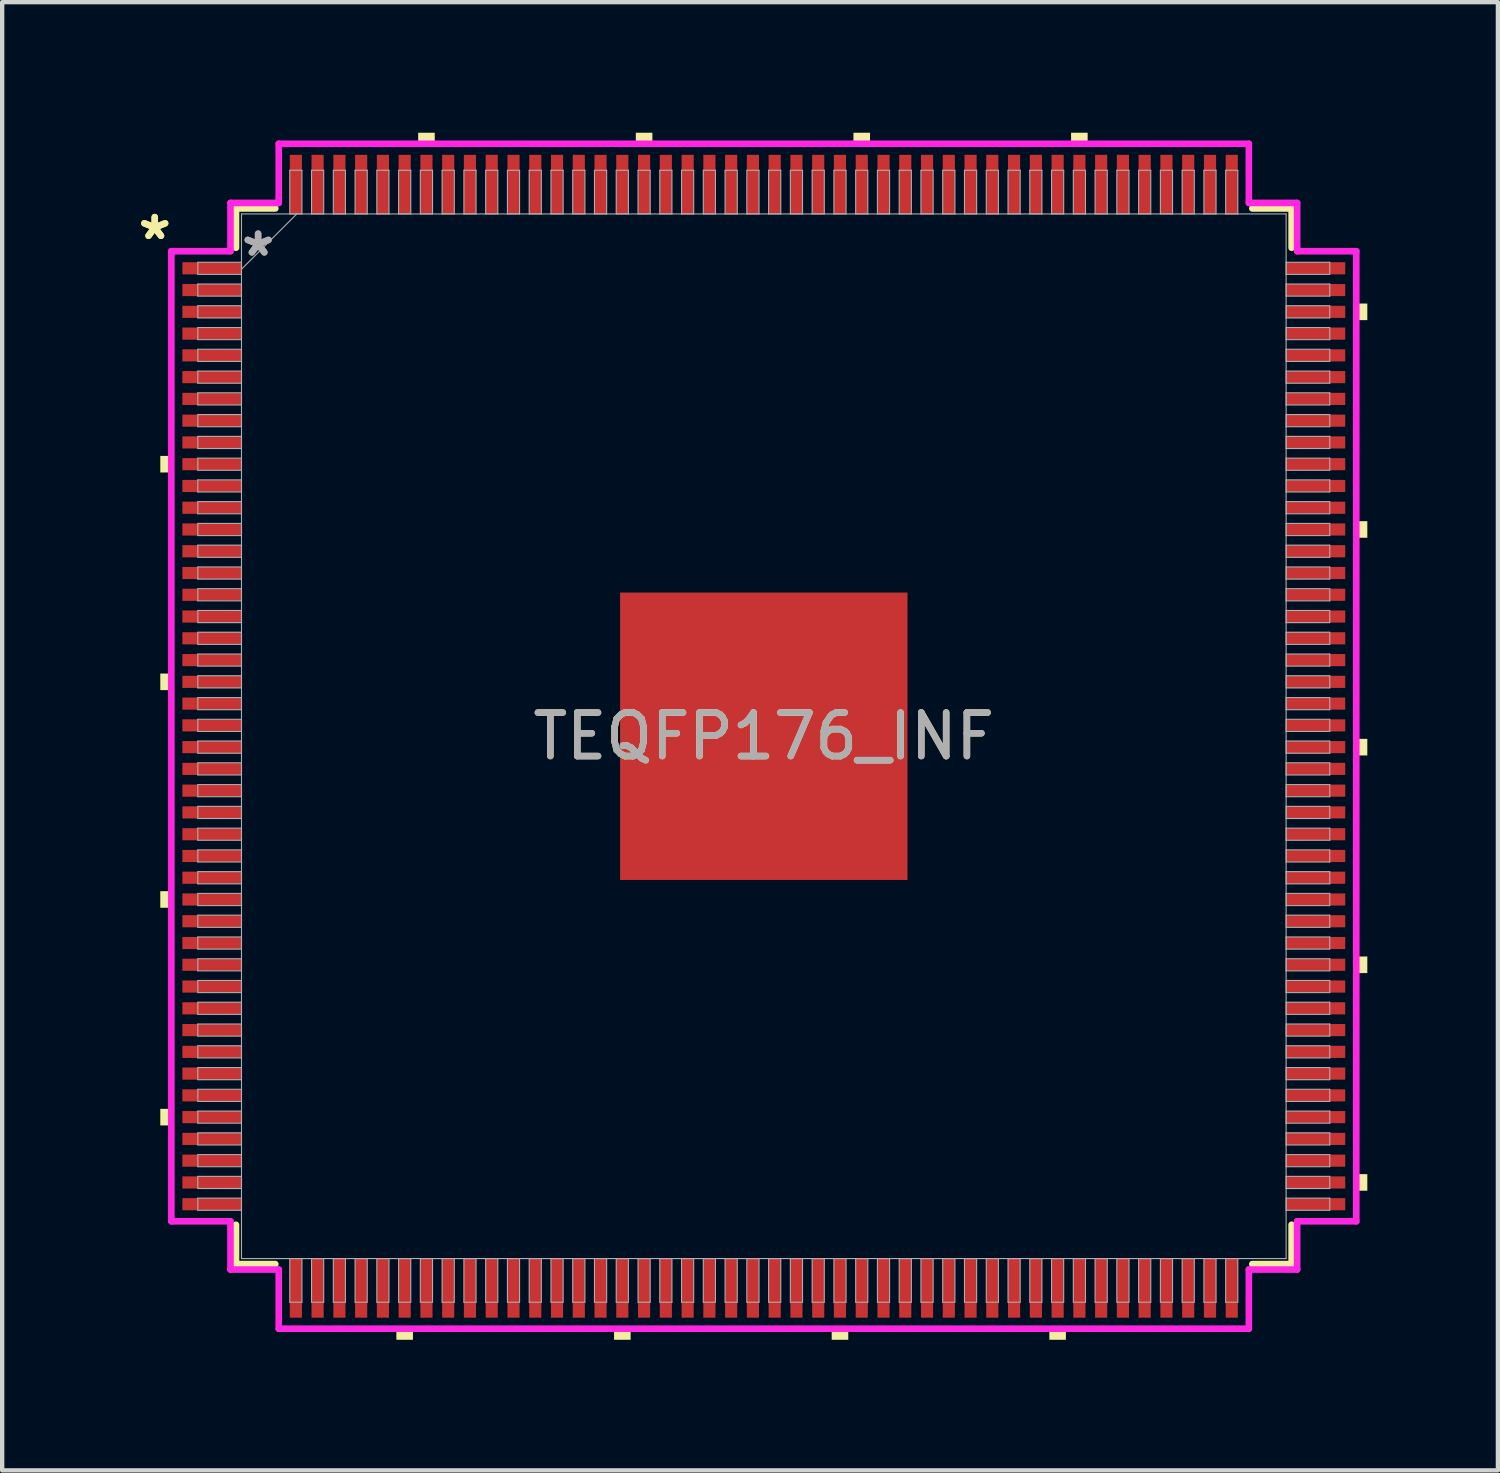
<source format=kicad_pcb>
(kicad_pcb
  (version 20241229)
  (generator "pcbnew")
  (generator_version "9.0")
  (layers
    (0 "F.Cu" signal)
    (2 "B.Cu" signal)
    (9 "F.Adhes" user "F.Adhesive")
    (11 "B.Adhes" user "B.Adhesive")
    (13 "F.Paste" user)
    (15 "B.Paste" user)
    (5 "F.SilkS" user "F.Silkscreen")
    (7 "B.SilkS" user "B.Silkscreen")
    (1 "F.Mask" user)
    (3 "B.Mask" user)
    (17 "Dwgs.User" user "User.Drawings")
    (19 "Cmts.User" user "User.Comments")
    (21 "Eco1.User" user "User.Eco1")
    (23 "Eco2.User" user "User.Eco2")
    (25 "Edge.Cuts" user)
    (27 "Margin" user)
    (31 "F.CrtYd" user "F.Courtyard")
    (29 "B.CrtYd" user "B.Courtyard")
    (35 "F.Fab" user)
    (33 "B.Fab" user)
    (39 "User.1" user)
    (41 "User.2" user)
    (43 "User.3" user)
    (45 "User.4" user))
  (footprint "TEQFP176_INF"
    (layer "F.Cu")
    (at 14.501 13.868)
    (property "Reference" "TEQFP176_INF" (at 0 0 0) (unlocked yes) (layer "F.SilkS") (effects (font (size 1 1) (thickness 0.15))))
    (attr smd)
    (fp_line (start -12.129 -12.129) (end -12.129 -11.225) (stroke (width 0.152) (type solid)) (layer "F.SilkS"))
    (fp_line (start -12.129 11.225) (end -12.129 12.129) (stroke (width 0.152) (type solid)) (layer "F.SilkS"))
    (fp_line (start -12.129 12.129) (end -11.225 12.129) (stroke (width 0.152) (type solid)) (layer "F.SilkS"))
    (fp_line (start -11.225 -12.129) (end -12.129 -12.129) (stroke (width 0.152) (type solid)) (layer "F.SilkS"))
    (fp_line (start 11.225 12.129) (end 12.129 12.129) (stroke (width 0.152) (type solid)) (layer "F.SilkS"))
    (fp_line (start 12.129 -12.129) (end 11.225 -12.129) (stroke (width 0.152) (type solid)) (layer "F.SilkS"))
    (fp_line (start 12.129 -11.225) (end 12.129 -12.129) (stroke (width 0.152) (type solid)) (layer "F.SilkS"))
    (fp_line (start 12.129 12.129) (end 12.129 11.225) (stroke (width 0.152) (type solid)) (layer "F.SilkS"))
    (fp_poly (pts (xy -13.868 -6.442) (xy -13.868 -6.061) (xy -13.614 -6.061) (xy -13.614 -6.442)) (stroke (width 0) (type solid)) (fill yes) (layer "F.SilkS"))
    (fp_poly (pts (xy -13.868 -1.441) (xy -13.868 -1.06) (xy -13.614 -1.06) (xy -13.614 -1.441)) (stroke (width 0) (type solid)) (fill yes) (layer "F.SilkS"))
    (fp_poly (pts (xy -13.868 3.56) (xy -13.868 3.941) (xy -13.614 3.941) (xy -13.614 3.56)) (stroke (width 0) (type solid)) (fill yes) (layer "F.SilkS"))
    (fp_poly (pts (xy -13.868 8.562) (xy -13.868 8.943) (xy -13.614 8.943) (xy -13.614 8.562)) (stroke (width 0) (type solid)) (fill yes) (layer "F.SilkS"))
    (fp_poly (pts (xy -8.443 13.614) (xy -8.443 13.868) (xy -8.062 13.868) (xy -8.062 13.614)) (stroke (width 0) (type solid)) (fill yes) (layer "F.SilkS"))
    (fp_poly (pts (xy -7.942 -13.614) (xy -7.942 -13.868) (xy -7.561 -13.868) (xy -7.561 -13.614)) (stroke (width 0) (type solid)) (fill yes) (layer "F.SilkS"))
    (fp_poly (pts (xy -3.441 13.614) (xy -3.441 13.868) (xy -3.06 13.868) (xy -3.06 13.614)) (stroke (width 0) (type solid)) (fill yes) (layer "F.SilkS"))
    (fp_poly (pts (xy -2.941 -13.614) (xy -2.941 -13.868) (xy -2.56 -13.868) (xy -2.56 -13.614)) (stroke (width 0) (type solid)) (fill yes) (layer "F.SilkS"))
    (fp_poly (pts (xy 1.56 13.614) (xy 1.56 13.868) (xy 1.941 13.868) (xy 1.941 13.614)) (stroke (width 0) (type solid)) (fill yes) (layer "F.SilkS"))
    (fp_poly (pts (xy 2.06 -13.614) (xy 2.06 -13.868) (xy 2.441 -13.868) (xy 2.441 -13.614)) (stroke (width 0) (type solid)) (fill yes) (layer "F.SilkS"))
    (fp_poly (pts (xy 6.561 13.614) (xy 6.561 13.868) (xy 6.942 13.868) (xy 6.942 13.614)) (stroke (width 0) (type solid)) (fill yes) (layer "F.SilkS"))
    (fp_poly (pts (xy 7.061 -13.614) (xy 7.061 -13.868) (xy 7.442 -13.868) (xy 7.442 -13.614)) (stroke (width 0) (type solid)) (fill yes) (layer "F.SilkS"))
    (fp_poly (pts (xy 13.868 -9.943) (xy 13.868 -9.562) (xy 13.614 -9.562) (xy 13.614 -9.943)) (stroke (width 0) (type solid)) (fill yes) (layer "F.SilkS"))
    (fp_poly (pts (xy 13.868 -4.942) (xy 13.868 -4.561) (xy 13.614 -4.561) (xy 13.614 -4.942)) (stroke (width 0) (type solid)) (fill yes) (layer "F.SilkS"))
    (fp_poly (pts (xy 13.868 0.06) (xy 13.868 0.441) (xy 13.614 0.441) (xy 13.614 0.06)) (stroke (width 0) (type solid)) (fill yes) (layer "F.SilkS"))
    (fp_poly (pts (xy 13.868 5.061) (xy 13.868 5.442) (xy 13.614 5.442) (xy 13.614 5.061)) (stroke (width 0) (type solid)) (fill yes) (layer "F.SilkS"))
    (fp_poly (pts (xy 13.868 10.062) (xy 13.868 10.443) (xy 13.614 10.443) (xy 13.614 10.062)) (stroke (width 0) (type solid)) (fill yes) (layer "F.SilkS"))
    (fp_poly (pts (xy -3.202 -3.202) (xy -3.202 -2.081) (xy -2.081 -2.081) (xy -2.081 -3.202)) (stroke (width 0) (type solid)) (fill yes) (layer "F.Paste"))
    (fp_poly (pts (xy -3.202 -1.881) (xy -3.202 -0.76) (xy -2.081 -0.76) (xy -2.081 -1.881)) (stroke (width 0) (type solid)) (fill yes) (layer "F.Paste"))
    (fp_poly (pts (xy -3.202 -0.56) (xy -3.202 0.56) (xy -2.081 0.56) (xy -2.081 -0.56)) (stroke (width 0) (type solid)) (fill yes) (layer "F.Paste"))
    (fp_poly (pts (xy -3.202 0.76) (xy -3.202 1.881) (xy -2.081 1.881) (xy -2.081 0.76)) (stroke (width 0) (type solid)) (fill yes) (layer "F.Paste"))
    (fp_poly (pts (xy -3.202 2.081) (xy -3.202 3.202) (xy -2.081 3.202) (xy -2.081 2.081)) (stroke (width 0) (type solid)) (fill yes) (layer "F.Paste"))
    (fp_poly (pts (xy -1.881 -3.202) (xy -1.881 -2.081) (xy -0.76 -2.081) (xy -0.76 -3.202)) (stroke (width 0) (type solid)) (fill yes) (layer "F.Paste"))
    (fp_poly (pts (xy -1.881 -1.881) (xy -1.881 -0.76) (xy -0.76 -0.76) (xy -0.76 -1.881)) (stroke (width 0) (type solid)) (fill yes) (layer "F.Paste"))
    (fp_poly (pts (xy -1.881 -0.56) (xy -1.881 0.56) (xy -0.76 0.56) (xy -0.76 -0.56)) (stroke (width 0) (type solid)) (fill yes) (layer "F.Paste"))
    (fp_poly (pts (xy -1.881 0.76) (xy -1.881 1.881) (xy -0.76 1.881) (xy -0.76 0.76)) (stroke (width 0) (type solid)) (fill yes) (layer "F.Paste"))
    (fp_poly (pts (xy -1.881 2.081) (xy -1.881 3.202) (xy -0.76 3.202) (xy -0.76 2.081)) (stroke (width 0) (type solid)) (fill yes) (layer "F.Paste"))
    (fp_poly (pts (xy -0.56 -3.202) (xy -0.56 -2.081) (xy 0.56 -2.081) (xy 0.56 -3.202)) (stroke (width 0) (type solid)) (fill yes) (layer "F.Paste"))
    (fp_poly (pts (xy -0.56 -1.881) (xy -0.56 -0.76) (xy 0.56 -0.76) (xy 0.56 -1.881)) (stroke (width 0) (type solid)) (fill yes) (layer "F.Paste"))
    (fp_poly (pts (xy -0.56 -0.56) (xy -0.56 0.56) (xy 0.56 0.56) (xy 0.56 -0.56)) (stroke (width 0) (type solid)) (fill yes) (layer "F.Paste"))
    (fp_poly (pts (xy -0.56 0.76) (xy -0.56 1.881) (xy 0.56 1.881) (xy 0.56 0.76)) (stroke (width 0) (type solid)) (fill yes) (layer "F.Paste"))
    (fp_poly (pts (xy -0.56 2.081) (xy -0.56 3.202) (xy 0.56 3.202) (xy 0.56 2.081)) (stroke (width 0) (type solid)) (fill yes) (layer "F.Paste"))
    (fp_poly (pts (xy 0.76 -3.202) (xy 0.76 -2.081) (xy 1.881 -2.081) (xy 1.881 -3.202)) (stroke (width 0) (type solid)) (fill yes) (layer "F.Paste"))
    (fp_poly (pts (xy 0.76 -1.881) (xy 0.76 -0.76) (xy 1.881 -0.76) (xy 1.881 -1.881)) (stroke (width 0) (type solid)) (fill yes) (layer "F.Paste"))
    (fp_poly (pts (xy 0.76 -0.56) (xy 0.76 0.56) (xy 1.881 0.56) (xy 1.881 -0.56)) (stroke (width 0) (type solid)) (fill yes) (layer "F.Paste"))
    (fp_poly (pts (xy 0.76 0.76) (xy 0.76 1.881) (xy 1.881 1.881) (xy 1.881 0.76)) (stroke (width 0) (type solid)) (fill yes) (layer "F.Paste"))
    (fp_poly (pts (xy 0.76 2.081) (xy 0.76 3.202) (xy 1.881 3.202) (xy 1.881 2.081)) (stroke (width 0) (type solid)) (fill yes) (layer "F.Paste"))
    (fp_poly (pts (xy 2.081 -3.202) (xy 2.081 -2.081) (xy 3.202 -2.081) (xy 3.202 -3.202)) (stroke (width 0) (type solid)) (fill yes) (layer "F.Paste"))
    (fp_poly (pts (xy 2.081 -1.881) (xy 2.081 -0.76) (xy 3.202 -0.76) (xy 3.202 -1.881)) (stroke (width 0) (type solid)) (fill yes) (layer "F.Paste"))
    (fp_poly (pts (xy 2.081 -0.56) (xy 2.081 0.56) (xy 3.202 0.56) (xy 3.202 -0.56)) (stroke (width 0) (type solid)) (fill yes) (layer "F.Paste"))
    (fp_poly (pts (xy 2.081 0.76) (xy 2.081 1.881) (xy 3.202 1.881) (xy 3.202 0.76)) (stroke (width 0) (type solid)) (fill yes) (layer "F.Paste"))
    (fp_poly (pts (xy 2.081 2.081) (xy 2.081 3.202) (xy 3.202 3.202) (xy 3.202 2.081)) (stroke (width 0) (type solid)) (fill yes) (layer "F.Paste"))
    (fp_line (start -13.614 -11.146) (end -12.255 -11.146) (stroke (width 0.152) (type solid)) (layer "F.CrtYd"))
    (fp_line (start -13.614 11.146) (end -13.614 -11.146) (stroke (width 0.152) (type solid)) (layer "F.CrtYd"))
    (fp_line (start -12.255 -12.255) (end -11.146 -12.255) (stroke (width 0.152) (type solid)) (layer "F.CrtYd"))
    (fp_line (start -12.255 -11.146) (end -12.255 -12.255) (stroke (width 0.152) (type solid)) (layer "F.CrtYd"))
    (fp_line (start -12.255 11.146) (end -13.614 11.146) (stroke (width 0.152) (type solid)) (layer "F.CrtYd"))
    (fp_line (start -12.255 12.255) (end -12.255 11.146) (stroke (width 0.152) (type solid)) (layer "F.CrtYd"))
    (fp_line (start -12.255 12.255) (end -11.146 12.255) (stroke (width 0.152) (type solid)) (layer "F.CrtYd"))
    (fp_line (start -11.146 -13.614) (end 11.146 -13.614) (stroke (width 0.152) (type solid)) (layer "F.CrtYd"))
    (fp_line (start -11.146 -12.255) (end -11.146 -13.614) (stroke (width 0.152) (type solid)) (layer "F.CrtYd"))
    (fp_line (start -11.146 12.255) (end -11.146 13.614) (stroke (width 0.152) (type solid)) (layer "F.CrtYd"))
    (fp_line (start -11.146 13.614) (end 11.146 13.614) (stroke (width 0.152) (type solid)) (layer "F.CrtYd"))
    (fp_line (start 11.146 -13.614) (end 11.146 -12.255) (stroke (width 0.152) (type solid)) (layer "F.CrtYd"))
    (fp_line (start 11.146 -12.255) (end 12.255 -12.255) (stroke (width 0.152) (type solid)) (layer "F.CrtYd"))
    (fp_line (start 11.146 12.255) (end 12.255 12.255) (stroke (width 0.152) (type solid)) (layer "F.CrtYd"))
    (fp_line (start 11.146 13.614) (end 11.146 12.255) (stroke (width 0.152) (type solid)) (layer "F.CrtYd"))
    (fp_line (start 12.255 -11.146) (end 12.255 -12.255) (stroke (width 0.152) (type solid)) (layer "F.CrtYd"))
    (fp_line (start 12.255 11.146) (end 13.614 11.146) (stroke (width 0.152) (type solid)) (layer "F.CrtYd"))
    (fp_line (start 12.255 12.255) (end 12.255 11.146) (stroke (width 0.152) (type solid)) (layer "F.CrtYd"))
    (fp_line (start 13.614 -11.146) (end 12.255 -11.146) (stroke (width 0.152) (type solid)) (layer "F.CrtYd"))
    (fp_line (start 13.614 11.146) (end 13.614 -11.146) (stroke (width 0.152) (type solid)) (layer "F.CrtYd"))
    (fp_line (start -13.005 -10.892) (end -13.005 -10.613) (stroke (width 0.025) (type solid)) (layer "F.Fab"))
    (fp_line (start -13.005 -10.613) (end -12.002 -10.613) (stroke (width 0.025) (type solid)) (layer "F.Fab"))
    (fp_line (start -13.005 -10.392) (end -13.005 -10.113) (stroke (width 0.025) (type solid)) (layer "F.Fab"))
    (fp_line (start -13.005 -10.113) (end -12.002 -10.113) (stroke (width 0.025) (type solid)) (layer "F.Fab"))
    (fp_line (start -13.005 -9.892) (end -13.005 -9.613) (stroke (width 0.025) (type solid)) (layer "F.Fab"))
    (fp_line (start -13.005 -9.613) (end -12.002 -9.613) (stroke (width 0.025) (type solid)) (layer "F.Fab"))
    (fp_line (start -13.005 -9.392) (end -13.005 -9.113) (stroke (width 0.025) (type solid)) (layer "F.Fab"))
    (fp_line (start -13.005 -9.113) (end -12.002 -9.113) (stroke (width 0.025) (type solid)) (layer "F.Fab"))
    (fp_line (start -13.005 -8.892) (end -13.005 -8.613) (stroke (width 0.025) (type solid)) (layer "F.Fab"))
    (fp_line (start -13.005 -8.613) (end -12.002 -8.613) (stroke (width 0.025) (type solid)) (layer "F.Fab"))
    (fp_line (start -13.005 -8.392) (end -13.005 -8.112) (stroke (width 0.025) (type solid)) (layer "F.Fab"))
    (fp_line (start -13.005 -8.112) (end -12.002 -8.112) (stroke (width 0.025) (type solid)) (layer "F.Fab"))
    (fp_line (start -13.005 -7.892) (end -13.005 -7.612) (stroke (width 0.025) (type solid)) (layer "F.Fab"))
    (fp_line (start -13.005 -7.612) (end -12.002 -7.612) (stroke (width 0.025) (type solid)) (layer "F.Fab"))
    (fp_line (start -13.005 -7.392) (end -13.005 -7.112) (stroke (width 0.025) (type solid)) (layer "F.Fab"))
    (fp_line (start -13.005 -7.112) (end -12.002 -7.112) (stroke (width 0.025) (type solid)) (layer "F.Fab"))
    (fp_line (start -13.005 -6.891) (end -13.005 -6.612) (stroke (width 0.025) (type solid)) (layer "F.Fab"))
    (fp_line (start -13.005 -6.612) (end -12.002 -6.612) (stroke (width 0.025) (type solid)) (layer "F.Fab"))
    (fp_line (start -13.005 -6.391) (end -13.005 -6.112) (stroke (width 0.025) (type solid)) (layer "F.Fab"))
    (fp_line (start -13.005 -6.112) (end -12.002 -6.112) (stroke (width 0.025) (type solid)) (layer "F.Fab"))
    (fp_line (start -13.005 -5.891) (end -13.005 -5.612) (stroke (width 0.025) (type solid)) (layer "F.Fab"))
    (fp_line (start -13.005 -5.612) (end -12.002 -5.612) (stroke (width 0.025) (type solid)) (layer "F.Fab"))
    (fp_line (start -13.005 -5.391) (end -13.005 -5.112) (stroke (width 0.025) (type solid)) (layer "F.Fab"))
    (fp_line (start -13.005 -5.112) (end -12.002 -5.112) (stroke (width 0.025) (type solid)) (layer "F.Fab"))
    (fp_line (start -13.005 -4.891) (end -13.005 -4.611) (stroke (width 0.025) (type solid)) (layer "F.Fab"))
    (fp_line (start -13.005 -4.611) (end -12.002 -4.611) (stroke (width 0.025) (type solid)) (layer "F.Fab"))
    (fp_line (start -13.005 -4.391) (end -13.005 -4.111) (stroke (width 0.025) (type solid)) (layer "F.Fab"))
    (fp_line (start -13.005 -4.111) (end -12.002 -4.111) (stroke (width 0.025) (type solid)) (layer "F.Fab"))
    (fp_line (start -13.005 -3.891) (end -13.005 -3.611) (stroke (width 0.025) (type solid)) (layer "F.Fab"))
    (fp_line (start -13.005 -3.611) (end -12.002 -3.611) (stroke (width 0.025) (type solid)) (layer "F.Fab"))
    (fp_line (start -13.005 -3.391) (end -13.005 -3.111) (stroke (width 0.025) (type solid)) (layer "F.Fab"))
    (fp_line (start -13.005 -3.111) (end -12.002 -3.111) (stroke (width 0.025) (type solid)) (layer "F.Fab"))
    (fp_line (start -13.005 -2.89) (end -13.005 -2.611) (stroke (width 0.025) (type solid)) (layer "F.Fab"))
    (fp_line (start -13.005 -2.611) (end -12.002 -2.611) (stroke (width 0.025) (type solid)) (layer "F.Fab"))
    (fp_line (start -13.005 -2.39) (end -13.005 -2.111) (stroke (width 0.025) (type solid)) (layer "F.Fab"))
    (fp_line (start -13.005 -2.111) (end -12.002 -2.111) (stroke (width 0.025) (type solid)) (layer "F.Fab"))
    (fp_line (start -13.005 -1.89) (end -13.005 -1.611) (stroke (width 0.025) (type solid)) (layer "F.Fab"))
    (fp_line (start -13.005 -1.611) (end -12.002 -1.611) (stroke (width 0.025) (type solid)) (layer "F.Fab"))
    (fp_line (start -13.005 -1.39) (end -13.005 -1.111) (stroke (width 0.025) (type solid)) (layer "F.Fab"))
    (fp_line (start -13.005 -1.111) (end -12.002 -1.111) (stroke (width 0.025) (type solid)) (layer "F.Fab"))
    (fp_line (start -13.005 -0.89) (end -13.005 -0.61) (stroke (width 0.025) (type solid)) (layer "F.Fab"))
    (fp_line (start -13.005 -0.61) (end -12.002 -0.61) (stroke (width 0.025) (type solid)) (layer "F.Fab"))
    (fp_line (start -13.005 -0.39) (end -13.005 -0.11) (stroke (width 0.025) (type solid)) (layer "F.Fab"))
    (fp_line (start -13.005 -0.11) (end -12.002 -0.11) (stroke (width 0.025) (type solid)) (layer "F.Fab"))
    (fp_line (start -13.005 0.11) (end -13.005 0.39) (stroke (width 0.025) (type solid)) (layer "F.Fab"))
    (fp_line (start -13.005 0.39) (end -12.002 0.39) (stroke (width 0.025) (type solid)) (layer "F.Fab"))
    (fp_line (start -13.005 0.61) (end -13.005 0.89) (stroke (width 0.025) (type solid)) (layer "F.Fab"))
    (fp_line (start -13.005 0.89) (end -12.002 0.89) (stroke (width 0.025) (type solid)) (layer "F.Fab"))
    (fp_line (start -13.005 1.111) (end -13.005 1.39) (stroke (width 0.025) (type solid)) (layer "F.Fab"))
    (fp_line (start -13.005 1.39) (end -12.002 1.39) (stroke (width 0.025) (type solid)) (layer "F.Fab"))
    (fp_line (start -13.005 1.611) (end -13.005 1.89) (stroke (width 0.025) (type solid)) (layer "F.Fab"))
    (fp_line (start -13.005 1.89) (end -12.002 1.89) (stroke (width 0.025) (type solid)) (layer "F.Fab"))
    (fp_line (start -13.005 2.111) (end -13.005 2.39) (stroke (width 0.025) (type solid)) (layer "F.Fab"))
    (fp_line (start -13.005 2.39) (end -12.002 2.39) (stroke (width 0.025) (type solid)) (layer "F.Fab"))
    (fp_line (start -13.005 2.611) (end -13.005 2.89) (stroke (width 0.025) (type solid)) (layer "F.Fab"))
    (fp_line (start -13.005 2.89) (end -12.002 2.89) (stroke (width 0.025) (type solid)) (layer "F.Fab"))
    (fp_line (start -13.005 3.111) (end -13.005 3.391) (stroke (width 0.025) (type solid)) (layer "F.Fab"))
    (fp_line (start -13.005 3.391) (end -12.002 3.391) (stroke (width 0.025) (type solid)) (layer "F.Fab"))
    (fp_line (start -13.005 3.611) (end -13.005 3.891) (stroke (width 0.025) (type solid)) (layer "F.Fab"))
    (fp_line (start -13.005 3.891) (end -12.002 3.891) (stroke (width 0.025) (type solid)) (layer "F.Fab"))
    (fp_line (start -13.005 4.111) (end -13.005 4.391) (stroke (width 0.025) (type solid)) (layer "F.Fab"))
    (fp_line (start -13.005 4.391) (end -12.002 4.391) (stroke (width 0.025) (type solid)) (layer "F.Fab"))
    (fp_line (start -13.005 4.611) (end -13.005 4.891) (stroke (width 0.025) (type solid)) (layer "F.Fab"))
    (fp_line (start -13.005 4.891) (end -12.002 4.891) (stroke (width 0.025) (type solid)) (layer "F.Fab"))
    (fp_line (start -13.005 5.112) (end -13.005 5.391) (stroke (width 0.025) (type solid)) (layer "F.Fab"))
    (fp_line (start -13.005 5.391) (end -12.002 5.391) (stroke (width 0.025) (type solid)) (layer "F.Fab"))
    (fp_line (start -13.005 5.612) (end -13.005 5.891) (stroke (width 0.025) (type solid)) (layer "F.Fab"))
    (fp_line (start -13.005 5.891) (end -12.002 5.891) (stroke (width 0.025) (type solid)) (layer "F.Fab"))
    (fp_line (start -13.005 6.112) (end -13.005 6.391) (stroke (width 0.025) (type solid)) (layer "F.Fab"))
    (fp_line (start -13.005 6.391) (end -12.002 6.391) (stroke (width 0.025) (type solid)) (layer "F.Fab"))
    (fp_line (start -13.005 6.612) (end -13.005 6.891) (stroke (width 0.025) (type solid)) (layer "F.Fab"))
    (fp_line (start -13.005 6.891) (end -12.002 6.891) (stroke (width 0.025) (type solid)) (layer "F.Fab"))
    (fp_line (start -13.005 7.112) (end -13.005 7.392) (stroke (width 0.025) (type solid)) (layer "F.Fab"))
    (fp_line (start -13.005 7.392) (end -12.002 7.392) (stroke (width 0.025) (type solid)) (layer "F.Fab"))
    (fp_line (start -13.005 7.612) (end -13.005 7.892) (stroke (width 0.025) (type solid)) (layer "F.Fab"))
    (fp_line (start -13.005 7.892) (end -12.002 7.892) (stroke (width 0.025) (type solid)) (layer "F.Fab"))
    (fp_line (start -13.005 8.112) (end -13.005 8.392) (stroke (width 0.025) (type solid)) (layer "F.Fab"))
    (fp_line (start -13.005 8.392) (end -12.002 8.392) (stroke (width 0.025) (type solid)) (layer "F.Fab"))
    (fp_line (start -13.005 8.613) (end -13.005 8.892) (stroke (width 0.025) (type solid)) (layer "F.Fab"))
    (fp_line (start -13.005 8.892) (end -12.002 8.892) (stroke (width 0.025) (type solid)) (layer "F.Fab"))
    (fp_line (start -13.005 9.113) (end -13.005 9.392) (stroke (width 0.025) (type solid)) (layer "F.Fab"))
    (fp_line (start -13.005 9.392) (end -12.002 9.392) (stroke (width 0.025) (type solid)) (layer "F.Fab"))
    (fp_line (start -13.005 9.613) (end -13.005 9.892) (stroke (width 0.025) (type solid)) (layer "F.Fab"))
    (fp_line (start -13.005 9.892) (end -12.002 9.892) (stroke (width 0.025) (type solid)) (layer "F.Fab"))
    (fp_line (start -13.005 10.113) (end -13.005 10.392) (stroke (width 0.025) (type solid)) (layer "F.Fab"))
    (fp_line (start -13.005 10.392) (end -12.002 10.392) (stroke (width 0.025) (type solid)) (layer "F.Fab"))
    (fp_line (start -13.005 10.613) (end -13.005 10.892) (stroke (width 0.025) (type solid)) (layer "F.Fab"))
    (fp_line (start -13.005 10.892) (end -12.002 10.892) (stroke (width 0.025) (type solid)) (layer "F.Fab"))
    (fp_line (start -12.002 -12.002) (end -12.002 12.002) (stroke (width 0.025) (type solid)) (layer "F.Fab"))
    (fp_line (start -12.002 -10.892) (end -13.005 -10.892) (stroke (width 0.025) (type solid)) (layer "F.Fab"))
    (fp_line (start -12.002 -10.732) (end -10.732 -12.002) (stroke (width 0.025) (type solid)) (layer "F.Fab"))
    (fp_line (start -12.002 -10.613) (end -12.002 -10.892) (stroke (width 0.025) (type solid)) (layer "F.Fab"))
    (fp_line (start -12.002 -10.392) (end -13.005 -10.392) (stroke (width 0.025) (type solid)) (layer "F.Fab"))
    (fp_line (start -12.002 -10.113) (end -12.002 -10.392) (stroke (width 0.025) (type solid)) (layer "F.Fab"))
    (fp_line (start -12.002 -9.892) (end -13.005 -9.892) (stroke (width 0.025) (type solid)) (layer "F.Fab"))
    (fp_line (start -12.002 -9.613) (end -12.002 -9.892) (stroke (width 0.025) (type solid)) (layer "F.Fab"))
    (fp_line (start -12.002 -9.392) (end -13.005 -9.392) (stroke (width 0.025) (type solid)) (layer "F.Fab"))
    (fp_line (start -12.002 -9.113) (end -12.002 -9.392) (stroke (width 0.025) (type solid)) (layer "F.Fab"))
    (fp_line (start -12.002 -8.892) (end -13.005 -8.892) (stroke (width 0.025) (type solid)) (layer "F.Fab"))
    (fp_line (start -12.002 -8.613) (end -12.002 -8.892) (stroke (width 0.025) (type solid)) (layer "F.Fab"))
    (fp_line (start -12.002 -8.392) (end -13.005 -8.392) (stroke (width 0.025) (type solid)) (layer "F.Fab"))
    (fp_line (start -12.002 -8.112) (end -12.002 -8.392) (stroke (width 0.025) (type solid)) (layer "F.Fab"))
    (fp_line (start -12.002 -7.892) (end -13.005 -7.892) (stroke (width 0.025) (type solid)) (layer "F.Fab"))
    (fp_line (start -12.002 -7.612) (end -12.002 -7.892) (stroke (width 0.025) (type solid)) (layer "F.Fab"))
    (fp_line (start -12.002 -7.392) (end -13.005 -7.392) (stroke (width 0.025) (type solid)) (layer "F.Fab"))
    (fp_line (start -12.002 -7.112) (end -12.002 -7.392) (stroke (width 0.025) (type solid)) (layer "F.Fab"))
    (fp_line (start -12.002 -6.891) (end -13.005 -6.891) (stroke (width 0.025) (type solid)) (layer "F.Fab"))
    (fp_line (start -12.002 -6.612) (end -12.002 -6.891) (stroke (width 0.025) (type solid)) (layer "F.Fab"))
    (fp_line (start -12.002 -6.391) (end -13.005 -6.391) (stroke (width 0.025) (type solid)) (layer "F.Fab"))
    (fp_line (start -12.002 -6.112) (end -12.002 -6.391) (stroke (width 0.025) (type solid)) (layer "F.Fab"))
    (fp_line (start -12.002 -5.891) (end -13.005 -5.891) (stroke (width 0.025) (type solid)) (layer "F.Fab"))
    (fp_line (start -12.002 -5.612) (end -12.002 -5.891) (stroke (width 0.025) (type solid)) (layer "F.Fab"))
    (fp_line (start -12.002 -5.391) (end -13.005 -5.391) (stroke (width 0.025) (type solid)) (layer "F.Fab"))
    (fp_line (start -12.002 -5.112) (end -12.002 -5.391) (stroke (width 0.025) (type solid)) (layer "F.Fab"))
    (fp_line (start -12.002 -4.891) (end -13.005 -4.891) (stroke (width 0.025) (type solid)) (layer "F.Fab"))
    (fp_line (start -12.002 -4.611) (end -12.002 -4.891) (stroke (width 0.025) (type solid)) (layer "F.Fab"))
    (fp_line (start -12.002 -4.391) (end -13.005 -4.391) (stroke (width 0.025) (type solid)) (layer "F.Fab"))
    (fp_line (start -12.002 -4.111) (end -12.002 -4.391) (stroke (width 0.025) (type solid)) (layer "F.Fab"))
    (fp_line (start -12.002 -3.891) (end -13.005 -3.891) (stroke (width 0.025) (type solid)) (layer "F.Fab"))
    (fp_line (start -12.002 -3.611) (end -12.002 -3.891) (stroke (width 0.025) (type solid)) (layer "F.Fab"))
    (fp_line (start -12.002 -3.391) (end -13.005 -3.391) (stroke (width 0.025) (type solid)) (layer "F.Fab"))
    (fp_line (start -12.002 -3.111) (end -12.002 -3.391) (stroke (width 0.025) (type solid)) (layer "F.Fab"))
    (fp_line (start -12.002 -2.89) (end -13.005 -2.89) (stroke (width 0.025) (type solid)) (layer "F.Fab"))
    (fp_line (start -12.002 -2.611) (end -12.002 -2.89) (stroke (width 0.025) (type solid)) (layer "F.Fab"))
    (fp_line (start -12.002 -2.39) (end -13.005 -2.39) (stroke (width 0.025) (type solid)) (layer "F.Fab"))
    (fp_line (start -12.002 -2.111) (end -12.002 -2.39) (stroke (width 0.025) (type solid)) (layer "F.Fab"))
    (fp_line (start -12.002 -1.89) (end -13.005 -1.89) (stroke (width 0.025) (type solid)) (layer "F.Fab"))
    (fp_line (start -12.002 -1.611) (end -12.002 -1.89) (stroke (width 0.025) (type solid)) (layer "F.Fab"))
    (fp_line (start -12.002 -1.39) (end -13.005 -1.39) (stroke (width 0.025) (type solid)) (layer "F.Fab"))
    (fp_line (start -12.002 -1.111) (end -12.002 -1.39) (stroke (width 0.025) (type solid)) (layer "F.Fab"))
    (fp_line (start -12.002 -0.89) (end -13.005 -0.89) (stroke (width 0.025) (type solid)) (layer "F.Fab"))
    (fp_line (start -12.002 -0.61) (end -12.002 -0.89) (stroke (width 0.025) (type solid)) (layer "F.Fab"))
    (fp_line (start -12.002 -0.39) (end -13.005 -0.39) (stroke (width 0.025) (type solid)) (layer "F.Fab"))
    (fp_line (start -12.002 -0.11) (end -12.002 -0.39) (stroke (width 0.025) (type solid)) (layer "F.Fab"))
    (fp_line (start -12.002 0.11) (end -13.005 0.11) (stroke (width 0.025) (type solid)) (layer "F.Fab"))
    (fp_line (start -12.002 0.39) (end -12.002 0.11) (stroke (width 0.025) (type solid)) (layer "F.Fab"))
    (fp_line (start -12.002 0.61) (end -13.005 0.61) (stroke (width 0.025) (type solid)) (layer "F.Fab"))
    (fp_line (start -12.002 0.89) (end -12.002 0.61) (stroke (width 0.025) (type solid)) (layer "F.Fab"))
    (fp_line (start -12.002 1.111) (end -13.005 1.111) (stroke (width 0.025) (type solid)) (layer "F.Fab"))
    (fp_line (start -12.002 1.39) (end -12.002 1.111) (stroke (width 0.025) (type solid)) (layer "F.Fab"))
    (fp_line (start -12.002 1.611) (end -13.005 1.611) (stroke (width 0.025) (type solid)) (layer "F.Fab"))
    (fp_line (start -12.002 1.89) (end -12.002 1.611) (stroke (width 0.025) (type solid)) (layer "F.Fab"))
    (fp_line (start -12.002 2.111) (end -13.005 2.111) (stroke (width 0.025) (type solid)) (layer "F.Fab"))
    (fp_line (start -12.002 2.39) (end -12.002 2.111) (stroke (width 0.025) (type solid)) (layer "F.Fab"))
    (fp_line (start -12.002 2.611) (end -13.005 2.611) (stroke (width 0.025) (type solid)) (layer "F.Fab"))
    (fp_line (start -12.002 2.89) (end -12.002 2.611) (stroke (width 0.025) (type solid)) (layer "F.Fab"))
    (fp_line (start -12.002 3.111) (end -13.005 3.111) (stroke (width 0.025) (type solid)) (layer "F.Fab"))
    (fp_line (start -12.002 3.391) (end -12.002 3.111) (stroke (width 0.025) (type solid)) (layer "F.Fab"))
    (fp_line (start -12.002 3.611) (end -13.005 3.611) (stroke (width 0.025) (type solid)) (layer "F.Fab"))
    (fp_line (start -12.002 3.891) (end -12.002 3.611) (stroke (width 0.025) (type solid)) (layer "F.Fab"))
    (fp_line (start -12.002 4.111) (end -13.005 4.111) (stroke (width 0.025) (type solid)) (layer "F.Fab"))
    (fp_line (start -12.002 4.391) (end -12.002 4.111) (stroke (width 0.025) (type solid)) (layer "F.Fab"))
    (fp_line (start -12.002 4.611) (end -13.005 4.611) (stroke (width 0.025) (type solid)) (layer "F.Fab"))
    (fp_line (start -12.002 4.891) (end -12.002 4.611) (stroke (width 0.025) (type solid)) (layer "F.Fab"))
    (fp_line (start -12.002 5.112) (end -13.005 5.112) (stroke (width 0.025) (type solid)) (layer "F.Fab"))
    (fp_line (start -12.002 5.391) (end -12.002 5.112) (stroke (width 0.025) (type solid)) (layer "F.Fab"))
    (fp_line (start -12.002 5.612) (end -13.005 5.612) (stroke (width 0.025) (type solid)) (layer "F.Fab"))
    (fp_line (start -12.002 5.891) (end -12.002 5.612) (stroke (width 0.025) (type solid)) (layer "F.Fab"))
    (fp_line (start -12.002 6.112) (end -13.005 6.112) (stroke (width 0.025) (type solid)) (layer "F.Fab"))
    (fp_line (start -12.002 6.391) (end -12.002 6.112) (stroke (width 0.025) (type solid)) (layer "F.Fab"))
    (fp_line (start -12.002 6.612) (end -13.005 6.612) (stroke (width 0.025) (type solid)) (layer "F.Fab"))
    (fp_line (start -12.002 6.891) (end -12.002 6.612) (stroke (width 0.025) (type solid)) (layer "F.Fab"))
    (fp_line (start -12.002 7.112) (end -13.005 7.112) (stroke (width 0.025) (type solid)) (layer "F.Fab"))
    (fp_line (start -12.002 7.392) (end -12.002 7.112) (stroke (width 0.025) (type solid)) (layer "F.Fab"))
    (fp_line (start -12.002 7.612) (end -13.005 7.612) (stroke (width 0.025) (type solid)) (layer "F.Fab"))
    (fp_line (start -12.002 7.892) (end -12.002 7.612) (stroke (width 0.025) (type solid)) (layer "F.Fab"))
    (fp_line (start -12.002 8.112) (end -13.005 8.112) (stroke (width 0.025) (type solid)) (layer "F.Fab"))
    (fp_line (start -12.002 8.392) (end -12.002 8.112) (stroke (width 0.025) (type solid)) (layer "F.Fab"))
    (fp_line (start -12.002 8.613) (end -13.005 8.613) (stroke (width 0.025) (type solid)) (layer "F.Fab"))
    (fp_line (start -12.002 8.892) (end -12.002 8.613) (stroke (width 0.025) (type solid)) (layer "F.Fab"))
    (fp_line (start -12.002 9.113) (end -13.005 9.113) (stroke (width 0.025) (type solid)) (layer "F.Fab"))
    (fp_line (start -12.002 9.392) (end -12.002 9.113) (stroke (width 0.025) (type solid)) (layer "F.Fab"))
    (fp_line (start -12.002 9.613) (end -13.005 9.613) (stroke (width 0.025) (type solid)) (layer "F.Fab"))
    (fp_line (start -12.002 9.892) (end -12.002 9.613) (stroke (width 0.025) (type solid)) (layer "F.Fab"))
    (fp_line (start -12.002 10.113) (end -13.005 10.113) (stroke (width 0.025) (type solid)) (layer "F.Fab"))
    (fp_line (start -12.002 10.392) (end -12.002 10.113) (stroke (width 0.025) (type solid)) (layer "F.Fab"))
    (fp_line (start -12.002 10.613) (end -13.005 10.613) (stroke (width 0.025) (type solid)) (layer "F.Fab"))
    (fp_line (start -12.002 10.892) (end -12.002 10.613) (stroke (width 0.025) (type solid)) (layer "F.Fab"))
    (fp_line (start -12.002 12.002) (end 12.002 12.002) (stroke (width 0.025) (type solid)) (layer "F.Fab"))
    (fp_line (start -10.892 -13.005) (end -10.892 -12.002) (stroke (width 0.025) (type solid)) (layer "F.Fab"))
    (fp_line (start -10.892 -12.002) (end -10.613 -12.002) (stroke (width 0.025) (type solid)) (layer "F.Fab"))
    (fp_line (start -10.892 12.002) (end -10.892 13.005) (stroke (width 0.025) (type solid)) (layer "F.Fab"))
    (fp_line (start -10.892 13.005) (end -10.613 13.005) (stroke (width 0.025) (type solid)) (layer "F.Fab"))
    (fp_line (start -10.613 -13.005) (end -10.892 -13.005) (stroke (width 0.025) (type solid)) (layer "F.Fab"))
    (fp_line (start -10.613 -12.002) (end -10.613 -13.005) (stroke (width 0.025) (type solid)) (layer "F.Fab"))
    (fp_line (start -10.613 12.002) (end -10.892 12.002) (stroke (width 0.025) (type solid)) (layer "F.Fab"))
    (fp_line (start -10.613 13.005) (end -10.613 12.002) (stroke (width 0.025) (type solid)) (layer "F.Fab"))
    (fp_line (start -10.392 -13.005) (end -10.392 -12.002) (stroke (width 0.025) (type solid)) (layer "F.Fab"))
    (fp_line (start -10.392 -12.002) (end -10.113 -12.002) (stroke (width 0.025) (type solid)) (layer "F.Fab"))
    (fp_line (start -10.392 12.002) (end -10.392 13.005) (stroke (width 0.025) (type solid)) (layer "F.Fab"))
    (fp_line (start -10.392 13.005) (end -10.113 13.005) (stroke (width 0.025) (type solid)) (layer "F.Fab"))
    (fp_line (start -10.113 -13.005) (end -10.392 -13.005) (stroke (width 0.025) (type solid)) (layer "F.Fab"))
    (fp_line (start -10.113 -12.002) (end -10.113 -13.005) (stroke (width 0.025) (type solid)) (layer "F.Fab"))
    (fp_line (start -10.113 12.002) (end -10.392 12.002) (stroke (width 0.025) (type solid)) (layer "F.Fab"))
    (fp_line (start -10.113 13.005) (end -10.113 12.002) (stroke (width 0.025) (type solid)) (layer "F.Fab"))
    (fp_line (start -9.892 -13.005) (end -9.892 -12.002) (stroke (width 0.025) (type solid)) (layer "F.Fab"))
    (fp_line (start -9.892 -12.002) (end -9.613 -12.002) (stroke (width 0.025) (type solid)) (layer "F.Fab"))
    (fp_line (start -9.892 12.002) (end -9.892 13.005) (stroke (width 0.025) (type solid)) (layer "F.Fab"))
    (fp_line (start -9.892 13.005) (end -9.613 13.005) (stroke (width 0.025) (type solid)) (layer "F.Fab"))
    (fp_line (start -9.613 -13.005) (end -9.892 -13.005) (stroke (width 0.025) (type solid)) (layer "F.Fab"))
    (fp_line (start -9.613 -12.002) (end -9.613 -13.005) (stroke (width 0.025) (type solid)) (layer "F.Fab"))
    (fp_line (start -9.613 12.002) (end -9.892 12.002) (stroke (width 0.025) (type solid)) (layer "F.Fab"))
    (fp_line (start -9.613 13.005) (end -9.613 12.002) (stroke (width 0.025) (type solid)) (layer "F.Fab"))
    (fp_line (start -9.392 -13.005) (end -9.392 -12.002) (stroke (width 0.025) (type solid)) (layer "F.Fab"))
    (fp_line (start -9.392 -12.002) (end -9.113 -12.002) (stroke (width 0.025) (type solid)) (layer "F.Fab"))
    (fp_line (start -9.392 12.002) (end -9.392 13.005) (stroke (width 0.025) (type solid)) (layer "F.Fab"))
    (fp_line (start -9.392 13.005) (end -9.113 13.005) (stroke (width 0.025) (type solid)) (layer "F.Fab"))
    (fp_line (start -9.113 -13.005) (end -9.392 -13.005) (stroke (width 0.025) (type solid)) (layer "F.Fab"))
    (fp_line (start -9.113 -12.002) (end -9.113 -13.005) (stroke (width 0.025) (type solid)) (layer "F.Fab"))
    (fp_line (start -9.113 12.002) (end -9.392 12.002) (stroke (width 0.025) (type solid)) (layer "F.Fab"))
    (fp_line (start -9.113 13.005) (end -9.113 12.002) (stroke (width 0.025) (type solid)) (layer "F.Fab"))
    (fp_line (start -8.892 -13.005) (end -8.892 -12.002) (stroke (width 0.025) (type solid)) (layer "F.Fab"))
    (fp_line (start -8.892 -12.002) (end -8.613 -12.002) (stroke (width 0.025) (type solid)) (layer "F.Fab"))
    (fp_line (start -8.892 12.002) (end -8.892 13.005) (stroke (width 0.025) (type solid)) (layer "F.Fab"))
    (fp_line (start -8.892 13.005) (end -8.613 13.005) (stroke (width 0.025) (type solid)) (layer "F.Fab"))
    (fp_line (start -8.613 -13.005) (end -8.892 -13.005) (stroke (width 0.025) (type solid)) (layer "F.Fab"))
    (fp_line (start -8.613 -12.002) (end -8.613 -13.005) (stroke (width 0.025) (type solid)) (layer "F.Fab"))
    (fp_line (start -8.613 12.002) (end -8.892 12.002) (stroke (width 0.025) (type solid)) (layer "F.Fab"))
    (fp_line (start -8.613 13.005) (end -8.613 12.002) (stroke (width 0.025) (type solid)) (layer "F.Fab"))
    (fp_line (start -8.392 -13.005) (end -8.392 -12.002) (stroke (width 0.025) (type solid)) (layer "F.Fab"))
    (fp_line (start -8.392 -12.002) (end -8.112 -12.002) (stroke (width 0.025) (type solid)) (layer "F.Fab"))
    (fp_line (start -8.392 12.002) (end -8.392 13.005) (stroke (width 0.025) (type solid)) (layer "F.Fab"))
    (fp_line (start -8.392 13.005) (end -8.112 13.005) (stroke (width 0.025) (type solid)) (layer "F.Fab"))
    (fp_line (start -8.112 -13.005) (end -8.392 -13.005) (stroke (width 0.025) (type solid)) (layer "F.Fab"))
    (fp_line (start -8.112 -12.002) (end -8.112 -13.005) (stroke (width 0.025) (type solid)) (layer "F.Fab"))
    (fp_line (start -8.112 12.002) (end -8.392 12.002) (stroke (width 0.025) (type solid)) (layer "F.Fab"))
    (fp_line (start -8.112 13.005) (end -8.112 12.002) (stroke (width 0.025) (type solid)) (layer "F.Fab"))
    (fp_line (start -7.892 -13.005) (end -7.892 -12.002) (stroke (width 0.025) (type solid)) (layer "F.Fab"))
    (fp_line (start -7.892 -12.002) (end -7.612 -12.002) (stroke (width 0.025) (type solid)) (layer "F.Fab"))
    (fp_line (start -7.892 12.002) (end -7.892 13.005) (stroke (width 0.025) (type solid)) (layer "F.Fab"))
    (fp_line (start -7.892 13.005) (end -7.612 13.005) (stroke (width 0.025) (type solid)) (layer "F.Fab"))
    (fp_line (start -7.612 -13.005) (end -7.892 -13.005) (stroke (width 0.025) (type solid)) (layer "F.Fab"))
    (fp_line (start -7.612 -12.002) (end -7.612 -13.005) (stroke (width 0.025) (type solid)) (layer "F.Fab"))
    (fp_line (start -7.612 12.002) (end -7.892 12.002) (stroke (width 0.025) (type solid)) (layer "F.Fab"))
    (fp_line (start -7.612 13.005) (end -7.612 12.002) (stroke (width 0.025) (type solid)) (layer "F.Fab"))
    (fp_line (start -7.392 -13.005) (end -7.392 -12.002) (stroke (width 0.025) (type solid)) (layer "F.Fab"))
    (fp_line (start -7.392 -12.002) (end -7.112 -12.002) (stroke (width 0.025) (type solid)) (layer "F.Fab"))
    (fp_line (start -7.392 12.002) (end -7.392 13.005) (stroke (width 0.025) (type solid)) (layer "F.Fab"))
    (fp_line (start -7.392 13.005) (end -7.112 13.005) (stroke (width 0.025) (type solid)) (layer "F.Fab"))
    (fp_line (start -7.112 -13.005) (end -7.392 -13.005) (stroke (width 0.025) (type solid)) (layer "F.Fab"))
    (fp_line (start -7.112 -12.002) (end -7.112 -13.005) (stroke (width 0.025) (type solid)) (layer "F.Fab"))
    (fp_line (start -7.112 12.002) (end -7.392 12.002) (stroke (width 0.025) (type solid)) (layer "F.Fab"))
    (fp_line (start -7.112 13.005) (end -7.112 12.002) (stroke (width 0.025) (type solid)) (layer "F.Fab"))
    (fp_line (start -6.891 -13.005) (end -6.891 -12.002) (stroke (width 0.025) (type solid)) (layer "F.Fab"))
    (fp_line (start -6.891 -12.002) (end -6.612 -12.002) (stroke (width 0.025) (type solid)) (layer "F.Fab"))
    (fp_line (start -6.891 12.002) (end -6.891 13.005) (stroke (width 0.025) (type solid)) (layer "F.Fab"))
    (fp_line (start -6.891 13.005) (end -6.612 13.005) (stroke (width 0.025) (type solid)) (layer "F.Fab"))
    (fp_line (start -6.612 -13.005) (end -6.891 -13.005) (stroke (width 0.025) (type solid)) (layer "F.Fab"))
    (fp_line (start -6.612 -12.002) (end -6.612 -13.005) (stroke (width 0.025) (type solid)) (layer "F.Fab"))
    (fp_line (start -6.612 12.002) (end -6.891 12.002) (stroke (width 0.025) (type solid)) (layer "F.Fab"))
    (fp_line (start -6.612 13.005) (end -6.612 12.002) (stroke (width 0.025) (type solid)) (layer "F.Fab"))
    (fp_line (start -6.391 -13.005) (end -6.391 -12.002) (stroke (width 0.025) (type solid)) (layer "F.Fab"))
    (fp_line (start -6.391 -12.002) (end -6.112 -12.002) (stroke (width 0.025) (type solid)) (layer "F.Fab"))
    (fp_line (start -6.391 12.002) (end -6.391 13.005) (stroke (width 0.025) (type solid)) (layer "F.Fab"))
    (fp_line (start -6.391 13.005) (end -6.112 13.005) (stroke (width 0.025) (type solid)) (layer "F.Fab"))
    (fp_line (start -6.112 -13.005) (end -6.391 -13.005) (stroke (width 0.025) (type solid)) (layer "F.Fab"))
    (fp_line (start -6.112 -12.002) (end -6.112 -13.005) (stroke (width 0.025) (type solid)) (layer "F.Fab"))
    (fp_line (start -6.112 12.002) (end -6.391 12.002) (stroke (width 0.025) (type solid)) (layer "F.Fab"))
    (fp_line (start -6.112 13.005) (end -6.112 12.002) (stroke (width 0.025) (type solid)) (layer "F.Fab"))
    (fp_line (start -5.891 -13.005) (end -5.891 -12.002) (stroke (width 0.025) (type solid)) (layer "F.Fab"))
    (fp_line (start -5.891 -12.002) (end -5.612 -12.002) (stroke (width 0.025) (type solid)) (layer "F.Fab"))
    (fp_line (start -5.891 12.002) (end -5.891 13.005) (stroke (width 0.025) (type solid)) (layer "F.Fab"))
    (fp_line (start -5.891 13.005) (end -5.612 13.005) (stroke (width 0.025) (type solid)) (layer "F.Fab"))
    (fp_line (start -5.612 -13.005) (end -5.891 -13.005) (stroke (width 0.025) (type solid)) (layer "F.Fab"))
    (fp_line (start -5.612 -12.002) (end -5.612 -13.005) (stroke (width 0.025) (type solid)) (layer "F.Fab"))
    (fp_line (start -5.612 12.002) (end -5.891 12.002) (stroke (width 0.025) (type solid)) (layer "F.Fab"))
    (fp_line (start -5.612 13.005) (end -5.612 12.002) (stroke (width 0.025) (type solid)) (layer "F.Fab"))
    (fp_line (start -5.391 -13.005) (end -5.391 -12.002) (stroke (width 0.025) (type solid)) (layer "F.Fab"))
    (fp_line (start -5.391 -12.002) (end -5.112 -12.002) (stroke (width 0.025) (type solid)) (layer "F.Fab"))
    (fp_line (start -5.391 12.002) (end -5.391 13.005) (stroke (width 0.025) (type solid)) (layer "F.Fab"))
    (fp_line (start -5.391 13.005) (end -5.112 13.005) (stroke (width 0.025) (type solid)) (layer "F.Fab"))
    (fp_line (start -5.112 -13.005) (end -5.391 -13.005) (stroke (width 0.025) (type solid)) (layer "F.Fab"))
    (fp_line (start -5.112 -12.002) (end -5.112 -13.005) (stroke (width 0.025) (type solid)) (layer "F.Fab"))
    (fp_line (start -5.112 12.002) (end -5.391 12.002) (stroke (width 0.025) (type solid)) (layer "F.Fab"))
    (fp_line (start -5.112 13.005) (end -5.112 12.002) (stroke (width 0.025) (type solid)) (layer "F.Fab"))
    (fp_line (start -4.891 -13.005) (end -4.891 -12.002) (stroke (width 0.025) (type solid)) (layer "F.Fab"))
    (fp_line (start -4.891 -12.002) (end -4.611 -12.002) (stroke (width 0.025) (type solid)) (layer "F.Fab"))
    (fp_line (start -4.891 12.002) (end -4.891 13.005) (stroke (width 0.025) (type solid)) (layer "F.Fab"))
    (fp_line (start -4.891 13.005) (end -4.611 13.005) (stroke (width 0.025) (type solid)) (layer "F.Fab"))
    (fp_line (start -4.611 -13.005) (end -4.891 -13.005) (stroke (width 0.025) (type solid)) (layer "F.Fab"))
    (fp_line (start -4.611 -12.002) (end -4.611 -13.005) (stroke (width 0.025) (type solid)) (layer "F.Fab"))
    (fp_line (start -4.611 12.002) (end -4.891 12.002) (stroke (width 0.025) (type solid)) (layer "F.Fab"))
    (fp_line (start -4.611 13.005) (end -4.611 12.002) (stroke (width 0.025) (type solid)) (layer "F.Fab"))
    (fp_line (start -4.391 -13.005) (end -4.391 -12.002) (stroke (width 0.025) (type solid)) (layer "F.Fab"))
    (fp_line (start -4.391 -12.002) (end -4.111 -12.002) (stroke (width 0.025) (type solid)) (layer "F.Fab"))
    (fp_line (start -4.391 12.002) (end -4.391 13.005) (stroke (width 0.025) (type solid)) (layer "F.Fab"))
    (fp_line (start -4.391 13.005) (end -4.111 13.005) (stroke (width 0.025) (type solid)) (layer "F.Fab"))
    (fp_line (start -4.111 -13.005) (end -4.391 -13.005) (stroke (width 0.025) (type solid)) (layer "F.Fab"))
    (fp_line (start -4.111 -12.002) (end -4.111 -13.005) (stroke (width 0.025) (type solid)) (layer "F.Fab"))
    (fp_line (start -4.111 12.002) (end -4.391 12.002) (stroke (width 0.025) (type solid)) (layer "F.Fab"))
    (fp_line (start -4.111 13.005) (end -4.111 12.002) (stroke (width 0.025) (type solid)) (layer "F.Fab"))
    (fp_line (start -3.891 -13.005) (end -3.891 -12.002) (stroke (width 0.025) (type solid)) (layer "F.Fab"))
    (fp_line (start -3.891 -12.002) (end -3.611 -12.002) (stroke (width 0.025) (type solid)) (layer "F.Fab"))
    (fp_line (start -3.891 12.002) (end -3.891 13.005) (stroke (width 0.025) (type solid)) (layer "F.Fab"))
    (fp_line (start -3.891 13.005) (end -3.611 13.005) (stroke (width 0.025) (type solid)) (layer "F.Fab"))
    (fp_line (start -3.611 -13.005) (end -3.891 -13.005) (stroke (width 0.025) (type solid)) (layer "F.Fab"))
    (fp_line (start -3.611 -12.002) (end -3.611 -13.005) (stroke (width 0.025) (type solid)) (layer "F.Fab"))
    (fp_line (start -3.611 12.002) (end -3.891 12.002) (stroke (width 0.025) (type solid)) (layer "F.Fab"))
    (fp_line (start -3.611 13.005) (end -3.611 12.002) (stroke (width 0.025) (type solid)) (layer "F.Fab"))
    (fp_line (start -3.391 -13.005) (end -3.391 -12.002) (stroke (width 0.025) (type solid)) (layer "F.Fab"))
    (fp_line (start -3.391 -12.002) (end -3.111 -12.002) (stroke (width 0.025) (type solid)) (layer "F.Fab"))
    (fp_line (start -3.391 12.002) (end -3.391 13.005) (stroke (width 0.025) (type solid)) (layer "F.Fab"))
    (fp_line (start -3.391 13.005) (end -3.111 13.005) (stroke (width 0.025) (type solid)) (layer "F.Fab"))
    (fp_line (start -3.111 -13.005) (end -3.391 -13.005) (stroke (width 0.025) (type solid)) (layer "F.Fab"))
    (fp_line (start -3.111 -12.002) (end -3.111 -13.005) (stroke (width 0.025) (type solid)) (layer "F.Fab"))
    (fp_line (start -3.111 12.002) (end -3.391 12.002) (stroke (width 0.025) (type solid)) (layer "F.Fab"))
    (fp_line (start -3.111 13.005) (end -3.111 12.002) (stroke (width 0.025) (type solid)) (layer "F.Fab"))
    (fp_line (start -2.89 -13.005) (end -2.89 -12.002) (stroke (width 0.025) (type solid)) (layer "F.Fab"))
    (fp_line (start -2.89 -12.002) (end -2.611 -12.002) (stroke (width 0.025) (type solid)) (layer "F.Fab"))
    (fp_line (start -2.89 12.002) (end -2.89 13.005) (stroke (width 0.025) (type solid)) (layer "F.Fab"))
    (fp_line (start -2.89 13.005) (end -2.611 13.005) (stroke (width 0.025) (type solid)) (layer "F.Fab"))
    (fp_line (start -2.611 -13.005) (end -2.89 -13.005) (stroke (width 0.025) (type solid)) (layer "F.Fab"))
    (fp_line (start -2.611 -12.002) (end -2.611 -13.005) (stroke (width 0.025) (type solid)) (layer "F.Fab"))
    (fp_line (start -2.611 12.002) (end -2.89 12.002) (stroke (width 0.025) (type solid)) (layer "F.Fab"))
    (fp_line (start -2.611 13.005) (end -2.611 12.002) (stroke (width 0.025) (type solid)) (layer "F.Fab"))
    (fp_line (start -2.39 -13.005) (end -2.39 -12.002) (stroke (width 0.025) (type solid)) (layer "F.Fab"))
    (fp_line (start -2.39 -12.002) (end -2.111 -12.002) (stroke (width 0.025) (type solid)) (layer "F.Fab"))
    (fp_line (start -2.39 12.002) (end -2.39 13.005) (stroke (width 0.025) (type solid)) (layer "F.Fab"))
    (fp_line (start -2.39 13.005) (end -2.111 13.005) (stroke (width 0.025) (type solid)) (layer "F.Fab"))
    (fp_line (start -2.111 -13.005) (end -2.39 -13.005) (stroke (width 0.025) (type solid)) (layer "F.Fab"))
    (fp_line (start -2.111 -12.002) (end -2.111 -13.005) (stroke (width 0.025) (type solid)) (layer "F.Fab"))
    (fp_line (start -2.111 12.002) (end -2.39 12.002) (stroke (width 0.025) (type solid)) (layer "F.Fab"))
    (fp_line (start -2.111 13.005) (end -2.111 12.002) (stroke (width 0.025) (type solid)) (layer "F.Fab"))
    (fp_line (start -1.89 -13.005) (end -1.89 -12.002) (stroke (width 0.025) (type solid)) (layer "F.Fab"))
    (fp_line (start -1.89 -12.002) (end -1.611 -12.002) (stroke (width 0.025) (type solid)) (layer "F.Fab"))
    (fp_line (start -1.89 12.002) (end -1.89 13.005) (stroke (width 0.025) (type solid)) (layer "F.Fab"))
    (fp_line (start -1.89 13.005) (end -1.611 13.005) (stroke (width 0.025) (type solid)) (layer "F.Fab"))
    (fp_line (start -1.611 -13.005) (end -1.89 -13.005) (stroke (width 0.025) (type solid)) (layer "F.Fab"))
    (fp_line (start -1.611 -12.002) (end -1.611 -13.005) (stroke (width 0.025) (type solid)) (layer "F.Fab"))
    (fp_line (start -1.611 12.002) (end -1.89 12.002) (stroke (width 0.025) (type solid)) (layer "F.Fab"))
    (fp_line (start -1.611 13.005) (end -1.611 12.002) (stroke (width 0.025) (type solid)) (layer "F.Fab"))
    (fp_line (start -1.39 -13.005) (end -1.39 -12.002) (stroke (width 0.025) (type solid)) (layer "F.Fab"))
    (fp_line (start -1.39 -12.002) (end -1.111 -12.002) (stroke (width 0.025) (type solid)) (layer "F.Fab"))
    (fp_line (start -1.39 12.002) (end -1.39 13.005) (stroke (width 0.025) (type solid)) (layer "F.Fab"))
    (fp_line (start -1.39 13.005) (end -1.111 13.005) (stroke (width 0.025) (type solid)) (layer "F.Fab"))
    (fp_line (start -1.111 -13.005) (end -1.39 -13.005) (stroke (width 0.025) (type solid)) (layer "F.Fab"))
    (fp_line (start -1.111 -12.002) (end -1.111 -13.005) (stroke (width 0.025) (type solid)) (layer "F.Fab"))
    (fp_line (start -1.111 12.002) (end -1.39 12.002) (stroke (width 0.025) (type solid)) (layer "F.Fab"))
    (fp_line (start -1.111 13.005) (end -1.111 12.002) (stroke (width 0.025) (type solid)) (layer "F.Fab"))
    (fp_line (start -0.89 -13.005) (end -0.89 -12.002) (stroke (width 0.025) (type solid)) (layer "F.Fab"))
    (fp_line (start -0.89 -12.002) (end -0.61 -12.002) (stroke (width 0.025) (type solid)) (layer "F.Fab"))
    (fp_line (start -0.89 12.002) (end -0.89 13.005) (stroke (width 0.025) (type solid)) (layer "F.Fab"))
    (fp_line (start -0.89 13.005) (end -0.61 13.005) (stroke (width 0.025) (type solid)) (layer "F.Fab"))
    (fp_line (start -0.61 -13.005) (end -0.89 -13.005) (stroke (width 0.025) (type solid)) (layer "F.Fab"))
    (fp_line (start -0.61 -12.002) (end -0.61 -13.005) (stroke (width 0.025) (type solid)) (layer "F.Fab"))
    (fp_line (start -0.61 12.002) (end -0.89 12.002) (stroke (width 0.025) (type solid)) (layer "F.Fab"))
    (fp_line (start -0.61 13.005) (end -0.61 12.002) (stroke (width 0.025) (type solid)) (layer "F.Fab"))
    (fp_line (start -0.39 -13.005) (end -0.39 -12.002) (stroke (width 0.025) (type solid)) (layer "F.Fab"))
    (fp_line (start -0.39 -12.002) (end -0.11 -12.002) (stroke (width 0.025) (type solid)) (layer "F.Fab"))
    (fp_line (start -0.39 12.002) (end -0.39 13.005) (stroke (width 0.025) (type solid)) (layer "F.Fab"))
    (fp_line (start -0.39 13.005) (end -0.11 13.005) (stroke (width 0.025) (type solid)) (layer "F.Fab"))
    (fp_line (start -0.11 -13.005) (end -0.39 -13.005) (stroke (width 0.025) (type solid)) (layer "F.Fab"))
    (fp_line (start -0.11 -12.002) (end -0.11 -13.005) (stroke (width 0.025) (type solid)) (layer "F.Fab"))
    (fp_line (start -0.11 12.002) (end -0.39 12.002) (stroke (width 0.025) (type solid)) (layer "F.Fab"))
    (fp_line (start -0.11 13.005) (end -0.11 12.002) (stroke (width 0.025) (type solid)) (layer "F.Fab"))
    (fp_line (start 0.11 -13.005) (end 0.11 -12.002) (stroke (width 0.025) (type solid)) (layer "F.Fab"))
    (fp_line (start 0.11 -12.002) (end 0.39 -12.002) (stroke (width 0.025) (type solid)) (layer "F.Fab"))
    (fp_line (start 0.11 12.002) (end 0.11 13.005) (stroke (width 0.025) (type solid)) (layer "F.Fab"))
    (fp_line (start 0.11 13.005) (end 0.39 13.005) (stroke (width 0.025) (type solid)) (layer "F.Fab"))
    (fp_line (start 0.39 -13.005) (end 0.11 -13.005) (stroke (width 0.025) (type solid)) (layer "F.Fab"))
    (fp_line (start 0.39 -12.002) (end 0.39 -13.005) (stroke (width 0.025) (type solid)) (layer "F.Fab"))
    (fp_line (start 0.39 12.002) (end 0.11 12.002) (stroke (width 0.025) (type solid)) (layer "F.Fab"))
    (fp_line (start 0.39 13.005) (end 0.39 12.002) (stroke (width 0.025) (type solid)) (layer "F.Fab"))
    (fp_line (start 0.61 -13.005) (end 0.61 -12.002) (stroke (width 0.025) (type solid)) (layer "F.Fab"))
    (fp_line (start 0.61 -12.002) (end 0.89 -12.002) (stroke (width 0.025) (type solid)) (layer "F.Fab"))
    (fp_line (start 0.61 12.002) (end 0.61 13.005) (stroke (width 0.025) (type solid)) (layer "F.Fab"))
    (fp_line (start 0.61 13.005) (end 0.89 13.005) (stroke (width 0.025) (type solid)) (layer "F.Fab"))
    (fp_line (start 0.89 -13.005) (end 0.61 -13.005) (stroke (width 0.025) (type solid)) (layer "F.Fab"))
    (fp_line (start 0.89 -12.002) (end 0.89 -13.005) (stroke (width 0.025) (type solid)) (layer "F.Fab"))
    (fp_line (start 0.89 12.002) (end 0.61 12.002) (stroke (width 0.025) (type solid)) (layer "F.Fab"))
    (fp_line (start 0.89 13.005) (end 0.89 12.002) (stroke (width 0.025) (type solid)) (layer "F.Fab"))
    (fp_line (start 1.111 -13.005) (end 1.111 -12.002) (stroke (width 0.025) (type solid)) (layer "F.Fab"))
    (fp_line (start 1.111 -12.002) (end 1.39 -12.002) (stroke (width 0.025) (type solid)) (layer "F.Fab"))
    (fp_line (start 1.111 12.002) (end 1.111 13.005) (stroke (width 0.025) (type solid)) (layer "F.Fab"))
    (fp_line (start 1.111 13.005) (end 1.39 13.005) (stroke (width 0.025) (type solid)) (layer "F.Fab"))
    (fp_line (start 1.39 -13.005) (end 1.111 -13.005) (stroke (width 0.025) (type solid)) (layer "F.Fab"))
    (fp_line (start 1.39 -12.002) (end 1.39 -13.005) (stroke (width 0.025) (type solid)) (layer "F.Fab"))
    (fp_line (start 1.39 12.002) (end 1.111 12.002) (stroke (width 0.025) (type solid)) (layer "F.Fab"))
    (fp_line (start 1.39 13.005) (end 1.39 12.002) (stroke (width 0.025) (type solid)) (layer "F.Fab"))
    (fp_line (start 1.611 -13.005) (end 1.611 -12.002) (stroke (width 0.025) (type solid)) (layer "F.Fab"))
    (fp_line (start 1.611 -12.002) (end 1.89 -12.002) (stroke (width 0.025) (type solid)) (layer "F.Fab"))
    (fp_line (start 1.611 12.002) (end 1.611 13.005) (stroke (width 0.025) (type solid)) (layer "F.Fab"))
    (fp_line (start 1.611 13.005) (end 1.89 13.005) (stroke (width 0.025) (type solid)) (layer "F.Fab"))
    (fp_line (start 1.89 -13.005) (end 1.611 -13.005) (stroke (width 0.025) (type solid)) (layer "F.Fab"))
    (fp_line (start 1.89 -12.002) (end 1.89 -13.005) (stroke (width 0.025) (type solid)) (layer "F.Fab"))
    (fp_line (start 1.89 12.002) (end 1.611 12.002) (stroke (width 0.025) (type solid)) (layer "F.Fab"))
    (fp_line (start 1.89 13.005) (end 1.89 12.002) (stroke (width 0.025) (type solid)) (layer "F.Fab"))
    (fp_line (start 2.111 -13.005) (end 2.111 -12.002) (stroke (width 0.025) (type solid)) (layer "F.Fab"))
    (fp_line (start 2.111 -12.002) (end 2.39 -12.002) (stroke (width 0.025) (type solid)) (layer "F.Fab"))
    (fp_line (start 2.111 12.002) (end 2.111 13.005) (stroke (width 0.025) (type solid)) (layer "F.Fab"))
    (fp_line (start 2.111 13.005) (end 2.39 13.005) (stroke (width 0.025) (type solid)) (layer "F.Fab"))
    (fp_line (start 2.39 -13.005) (end 2.111 -13.005) (stroke (width 0.025) (type solid)) (layer "F.Fab"))
    (fp_line (start 2.39 -12.002) (end 2.39 -13.005) (stroke (width 0.025) (type solid)) (layer "F.Fab"))
    (fp_line (start 2.39 12.002) (end 2.111 12.002) (stroke (width 0.025) (type solid)) (layer "F.Fab"))
    (fp_line (start 2.39 13.005) (end 2.39 12.002) (stroke (width 0.025) (type solid)) (layer "F.Fab"))
    (fp_line (start 2.611 -13.005) (end 2.611 -12.002) (stroke (width 0.025) (type solid)) (layer "F.Fab"))
    (fp_line (start 2.611 -12.002) (end 2.89 -12.002) (stroke (width 0.025) (type solid)) (layer "F.Fab"))
    (fp_line (start 2.611 12.002) (end 2.611 13.005) (stroke (width 0.025) (type solid)) (layer "F.Fab"))
    (fp_line (start 2.611 13.005) (end 2.89 13.005) (stroke (width 0.025) (type solid)) (layer "F.Fab"))
    (fp_line (start 2.89 -13.005) (end 2.611 -13.005) (stroke (width 0.025) (type solid)) (layer "F.Fab"))
    (fp_line (start 2.89 -12.002) (end 2.89 -13.005) (stroke (width 0.025) (type solid)) (layer "F.Fab"))
    (fp_line (start 2.89 12.002) (end 2.611 12.002) (stroke (width 0.025) (type solid)) (layer "F.Fab"))
    (fp_line (start 2.89 13.005) (end 2.89 12.002) (stroke (width 0.025) (type solid)) (layer "F.Fab"))
    (fp_line (start 3.111 -13.005) (end 3.111 -12.002) (stroke (width 0.025) (type solid)) (layer "F.Fab"))
    (fp_line (start 3.111 -12.002) (end 3.391 -12.002) (stroke (width 0.025) (type solid)) (layer "F.Fab"))
    (fp_line (start 3.111 12.002) (end 3.111 13.005) (stroke (width 0.025) (type solid)) (layer "F.Fab"))
    (fp_line (start 3.111 13.005) (end 3.391 13.005) (stroke (width 0.025) (type solid)) (layer "F.Fab"))
    (fp_line (start 3.391 -13.005) (end 3.111 -13.005) (stroke (width 0.025) (type solid)) (layer "F.Fab"))
    (fp_line (start 3.391 -12.002) (end 3.391 -13.005) (stroke (width 0.025) (type solid)) (layer "F.Fab"))
    (fp_line (start 3.391 12.002) (end 3.111 12.002) (stroke (width 0.025) (type solid)) (layer "F.Fab"))
    (fp_line (start 3.391 13.005) (end 3.391 12.002) (stroke (width 0.025) (type solid)) (layer "F.Fab"))
    (fp_line (start 3.611 -13.005) (end 3.611 -12.002) (stroke (width 0.025) (type solid)) (layer "F.Fab"))
    (fp_line (start 3.611 -12.002) (end 3.891 -12.002) (stroke (width 0.025) (type solid)) (layer "F.Fab"))
    (fp_line (start 3.611 12.002) (end 3.611 13.005) (stroke (width 0.025) (type solid)) (layer "F.Fab"))
    (fp_line (start 3.611 13.005) (end 3.891 13.005) (stroke (width 0.025) (type solid)) (layer "F.Fab"))
    (fp_line (start 3.891 -13.005) (end 3.611 -13.005) (stroke (width 0.025) (type solid)) (layer "F.Fab"))
    (fp_line (start 3.891 -12.002) (end 3.891 -13.005) (stroke (width 0.025) (type solid)) (layer "F.Fab"))
    (fp_line (start 3.891 12.002) (end 3.611 12.002) (stroke (width 0.025) (type solid)) (layer "F.Fab"))
    (fp_line (start 3.891 13.005) (end 3.891 12.002) (stroke (width 0.025) (type solid)) (layer "F.Fab"))
    (fp_line (start 4.111 -13.005) (end 4.111 -12.002) (stroke (width 0.025) (type solid)) (layer "F.Fab"))
    (fp_line (start 4.111 -12.002) (end 4.391 -12.002) (stroke (width 0.025) (type solid)) (layer "F.Fab"))
    (fp_line (start 4.111 12.002) (end 4.111 13.005) (stroke (width 0.025) (type solid)) (layer "F.Fab"))
    (fp_line (start 4.111 13.005) (end 4.391 13.005) (stroke (width 0.025) (type solid)) (layer "F.Fab"))
    (fp_line (start 4.391 -13.005) (end 4.111 -13.005) (stroke (width 0.025) (type solid)) (layer "F.Fab"))
    (fp_line (start 4.391 -12.002) (end 4.391 -13.005) (stroke (width 0.025) (type solid)) (layer "F.Fab"))
    (fp_line (start 4.391 12.002) (end 4.111 12.002) (stroke (width 0.025) (type solid)) (layer "F.Fab"))
    (fp_line (start 4.391 13.005) (end 4.391 12.002) (stroke (width 0.025) (type solid)) (layer "F.Fab"))
    (fp_line (start 4.611 -13.005) (end 4.611 -12.002) (stroke (width 0.025) (type solid)) (layer "F.Fab"))
    (fp_line (start 4.611 -12.002) (end 4.891 -12.002) (stroke (width 0.025) (type solid)) (layer "F.Fab"))
    (fp_line (start 4.611 12.002) (end 4.611 13.005) (stroke (width 0.025) (type solid)) (layer "F.Fab"))
    (fp_line (start 4.611 13.005) (end 4.891 13.005) (stroke (width 0.025) (type solid)) (layer "F.Fab"))
    (fp_line (start 4.891 -13.005) (end 4.611 -13.005) (stroke (width 0.025) (type solid)) (layer "F.Fab"))
    (fp_line (start 4.891 -12.002) (end 4.891 -13.005) (stroke (width 0.025) (type solid)) (layer "F.Fab"))
    (fp_line (start 4.891 12.002) (end 4.611 12.002) (stroke (width 0.025) (type solid)) (layer "F.Fab"))
    (fp_line (start 4.891 13.005) (end 4.891 12.002) (stroke (width 0.025) (type solid)) (layer "F.Fab"))
    (fp_line (start 5.112 -13.005) (end 5.112 -12.002) (stroke (width 0.025) (type solid)) (layer "F.Fab"))
    (fp_line (start 5.112 -12.002) (end 5.391 -12.002) (stroke (width 0.025) (type solid)) (layer "F.Fab"))
    (fp_line (start 5.112 12.002) (end 5.112 13.005) (stroke (width 0.025) (type solid)) (layer "F.Fab"))
    (fp_line (start 5.112 13.005) (end 5.391 13.005) (stroke (width 0.025) (type solid)) (layer "F.Fab"))
    (fp_line (start 5.391 -13.005) (end 5.112 -13.005) (stroke (width 0.025) (type solid)) (layer "F.Fab"))
    (fp_line (start 5.391 -12.002) (end 5.391 -13.005) (stroke (width 0.025) (type solid)) (layer "F.Fab"))
    (fp_line (start 5.391 12.002) (end 5.112 12.002) (stroke (width 0.025) (type solid)) (layer "F.Fab"))
    (fp_line (start 5.391 13.005) (end 5.391 12.002) (stroke (width 0.025) (type solid)) (layer "F.Fab"))
    (fp_line (start 5.612 -13.005) (end 5.612 -12.002) (stroke (width 0.025) (type solid)) (layer "F.Fab"))
    (fp_line (start 5.612 -12.002) (end 5.891 -12.002) (stroke (width 0.025) (type solid)) (layer "F.Fab"))
    (fp_line (start 5.612 12.002) (end 5.612 13.005) (stroke (width 0.025) (type solid)) (layer "F.Fab"))
    (fp_line (start 5.612 13.005) (end 5.891 13.005) (stroke (width 0.025) (type solid)) (layer "F.Fab"))
    (fp_line (start 5.891 -13.005) (end 5.612 -13.005) (stroke (width 0.025) (type solid)) (layer "F.Fab"))
    (fp_line (start 5.891 -12.002) (end 5.891 -13.005) (stroke (width 0.025) (type solid)) (layer "F.Fab"))
    (fp_line (start 5.891 12.002) (end 5.612 12.002) (stroke (width 0.025) (type solid)) (layer "F.Fab"))
    (fp_line (start 5.891 13.005) (end 5.891 12.002) (stroke (width 0.025) (type solid)) (layer "F.Fab"))
    (fp_line (start 6.112 -13.005) (end 6.112 -12.002) (stroke (width 0.025) (type solid)) (layer "F.Fab"))
    (fp_line (start 6.112 -12.002) (end 6.391 -12.002) (stroke (width 0.025) (type solid)) (layer "F.Fab"))
    (fp_line (start 6.112 12.002) (end 6.112 13.005) (stroke (width 0.025) (type solid)) (layer "F.Fab"))
    (fp_line (start 6.112 13.005) (end 6.391 13.005) (stroke (width 0.025) (type solid)) (layer "F.Fab"))
    (fp_line (start 6.391 -13.005) (end 6.112 -13.005) (stroke (width 0.025) (type solid)) (layer "F.Fab"))
    (fp_line (start 6.391 -12.002) (end 6.391 -13.005) (stroke (width 0.025) (type solid)) (layer "F.Fab"))
    (fp_line (start 6.391 12.002) (end 6.112 12.002) (stroke (width 0.025) (type solid)) (layer "F.Fab"))
    (fp_line (start 6.391 13.005) (end 6.391 12.002) (stroke (width 0.025) (type solid)) (layer "F.Fab"))
    (fp_line (start 6.612 -13.005) (end 6.612 -12.002) (stroke (width 0.025) (type solid)) (layer "F.Fab"))
    (fp_line (start 6.612 -12.002) (end 6.891 -12.002) (stroke (width 0.025) (type solid)) (layer "F.Fab"))
    (fp_line (start 6.612 12.002) (end 6.612 13.005) (stroke (width 0.025) (type solid)) (layer "F.Fab"))
    (fp_line (start 6.612 13.005) (end 6.891 13.005) (stroke (width 0.025) (type solid)) (layer "F.Fab"))
    (fp_line (start 6.891 -13.005) (end 6.612 -13.005) (stroke (width 0.025) (type solid)) (layer "F.Fab"))
    (fp_line (start 6.891 -12.002) (end 6.891 -13.005) (stroke (width 0.025) (type solid)) (layer "F.Fab"))
    (fp_line (start 6.891 12.002) (end 6.612 12.002) (stroke (width 0.025) (type solid)) (layer "F.Fab"))
    (fp_line (start 6.891 13.005) (end 6.891 12.002) (stroke (width 0.025) (type solid)) (layer "F.Fab"))
    (fp_line (start 7.112 -13.005) (end 7.112 -12.002) (stroke (width 0.025) (type solid)) (layer "F.Fab"))
    (fp_line (start 7.112 -12.002) (end 7.392 -12.002) (stroke (width 0.025) (type solid)) (layer "F.Fab"))
    (fp_line (start 7.112 12.002) (end 7.112 13.005) (stroke (width 0.025) (type solid)) (layer "F.Fab"))
    (fp_line (start 7.112 13.005) (end 7.392 13.005) (stroke (width 0.025) (type solid)) (layer "F.Fab"))
    (fp_line (start 7.392 -13.005) (end 7.112 -13.005) (stroke (width 0.025) (type solid)) (layer "F.Fab"))
    (fp_line (start 7.392 -12.002) (end 7.392 -13.005) (stroke (width 0.025) (type solid)) (layer "F.Fab"))
    (fp_line (start 7.392 12.002) (end 7.112 12.002) (stroke (width 0.025) (type solid)) (layer "F.Fab"))
    (fp_line (start 7.392 13.005) (end 7.392 12.002) (stroke (width 0.025) (type solid)) (layer "F.Fab"))
    (fp_line (start 7.612 -13.005) (end 7.612 -12.002) (stroke (width 0.025) (type solid)) (layer "F.Fab"))
    (fp_line (start 7.612 -12.002) (end 7.892 -12.002) (stroke (width 0.025) (type solid)) (layer "F.Fab"))
    (fp_line (start 7.612 12.002) (end 7.612 13.005) (stroke (width 0.025) (type solid)) (layer "F.Fab"))
    (fp_line (start 7.612 13.005) (end 7.892 13.005) (stroke (width 0.025) (type solid)) (layer "F.Fab"))
    (fp_line (start 7.892 -13.005) (end 7.612 -13.005) (stroke (width 0.025) (type solid)) (layer "F.Fab"))
    (fp_line (start 7.892 -12.002) (end 7.892 -13.005) (stroke (width 0.025) (type solid)) (layer "F.Fab"))
    (fp_line (start 7.892 12.002) (end 7.612 12.002) (stroke (width 0.025) (type solid)) (layer "F.Fab"))
    (fp_line (start 7.892 13.005) (end 7.892 12.002) (stroke (width 0.025) (type solid)) (layer "F.Fab"))
    (fp_line (start 8.112 -13.005) (end 8.112 -12.002) (stroke (width 0.025) (type solid)) (layer "F.Fab"))
    (fp_line (start 8.112 -12.002) (end 8.392 -12.002) (stroke (width 0.025) (type solid)) (layer "F.Fab"))
    (fp_line (start 8.112 12.002) (end 8.112 13.005) (stroke (width 0.025) (type solid)) (layer "F.Fab"))
    (fp_line (start 8.112 13.005) (end 8.392 13.005) (stroke (width 0.025) (type solid)) (layer "F.Fab"))
    (fp_line (start 8.392 -13.005) (end 8.112 -13.005) (stroke (width 0.025) (type solid)) (layer "F.Fab"))
    (fp_line (start 8.392 -12.002) (end 8.392 -13.005) (stroke (width 0.025) (type solid)) (layer "F.Fab"))
    (fp_line (start 8.392 12.002) (end 8.112 12.002) (stroke (width 0.025) (type solid)) (layer "F.Fab"))
    (fp_line (start 8.392 13.005) (end 8.392 12.002) (stroke (width 0.025) (type solid)) (layer "F.Fab"))
    (fp_line (start 8.613 -13.005) (end 8.613 -12.002) (stroke (width 0.025) (type solid)) (layer "F.Fab"))
    (fp_line (start 8.613 -12.002) (end 8.892 -12.002) (stroke (width 0.025) (type solid)) (layer "F.Fab"))
    (fp_line (start 8.613 12.002) (end 8.613 13.005) (stroke (width 0.025) (type solid)) (layer "F.Fab"))
    (fp_line (start 8.613 13.005) (end 8.892 13.005) (stroke (width 0.025) (type solid)) (layer "F.Fab"))
    (fp_line (start 8.892 -13.005) (end 8.613 -13.005) (stroke (width 0.025) (type solid)) (layer "F.Fab"))
    (fp_line (start 8.892 -12.002) (end 8.892 -13.005) (stroke (width 0.025) (type solid)) (layer "F.Fab"))
    (fp_line (start 8.892 12.002) (end 8.613 12.002) (stroke (width 0.025) (type solid)) (layer "F.Fab"))
    (fp_line (start 8.892 13.005) (end 8.892 12.002) (stroke (width 0.025) (type solid)) (layer "F.Fab"))
    (fp_line (start 9.113 -13.005) (end 9.113 -12.002) (stroke (width 0.025) (type solid)) (layer "F.Fab"))
    (fp_line (start 9.113 -12.002) (end 9.392 -12.002) (stroke (width 0.025) (type solid)) (layer "F.Fab"))
    (fp_line (start 9.113 12.002) (end 9.113 13.005) (stroke (width 0.025) (type solid)) (layer "F.Fab"))
    (fp_line (start 9.113 13.005) (end 9.392 13.005) (stroke (width 0.025) (type solid)) (layer "F.Fab"))
    (fp_line (start 9.392 -13.005) (end 9.113 -13.005) (stroke (width 0.025) (type solid)) (layer "F.Fab"))
    (fp_line (start 9.392 -12.002) (end 9.392 -13.005) (stroke (width 0.025) (type solid)) (layer "F.Fab"))
    (fp_line (start 9.392 12.002) (end 9.113 12.002) (stroke (width 0.025) (type solid)) (layer "F.Fab"))
    (fp_line (start 9.392 13.005) (end 9.392 12.002) (stroke (width 0.025) (type solid)) (layer "F.Fab"))
    (fp_line (start 9.613 -13.005) (end 9.613 -12.002) (stroke (width 0.025) (type solid)) (layer "F.Fab"))
    (fp_line (start 9.613 -12.002) (end 9.892 -12.002) (stroke (width 0.025) (type solid)) (layer "F.Fab"))
    (fp_line (start 9.613 12.002) (end 9.613 13.005) (stroke (width 0.025) (type solid)) (layer "F.Fab"))
    (fp_line (start 9.613 13.005) (end 9.892 13.005) (stroke (width 0.025) (type solid)) (layer "F.Fab"))
    (fp_line (start 9.892 -13.005) (end 9.613 -13.005) (stroke (width 0.025) (type solid)) (layer "F.Fab"))
    (fp_line (start 9.892 -12.002) (end 9.892 -13.005) (stroke (width 0.025) (type solid)) (layer "F.Fab"))
    (fp_line (start 9.892 12.002) (end 9.613 12.002) (stroke (width 0.025) (type solid)) (layer "F.Fab"))
    (fp_line (start 9.892 13.005) (end 9.892 12.002) (stroke (width 0.025) (type solid)) (layer "F.Fab"))
    (fp_line (start 10.113 -13.005) (end 10.113 -12.002) (stroke (width 0.025) (type solid)) (layer "F.Fab"))
    (fp_line (start 10.113 -12.002) (end 10.392 -12.002) (stroke (width 0.025) (type solid)) (layer "F.Fab"))
    (fp_line (start 10.113 12.002) (end 10.113 13.005) (stroke (width 0.025) (type solid)) (layer "F.Fab"))
    (fp_line (start 10.113 13.005) (end 10.392 13.005) (stroke (width 0.025) (type solid)) (layer "F.Fab"))
    (fp_line (start 10.392 -13.005) (end 10.113 -13.005) (stroke (width 0.025) (type solid)) (layer "F.Fab"))
    (fp_line (start 10.392 -12.002) (end 10.392 -13.005) (stroke (width 0.025) (type solid)) (layer "F.Fab"))
    (fp_line (start 10.392 12.002) (end 10.113 12.002) (stroke (width 0.025) (type solid)) (layer "F.Fab"))
    (fp_line (start 10.392 13.005) (end 10.392 12.002) (stroke (width 0.025) (type solid)) (layer "F.Fab"))
    (fp_line (start 10.613 -13.005) (end 10.613 -12.002) (stroke (width 0.025) (type solid)) (layer "F.Fab"))
    (fp_line (start 10.613 -12.002) (end 10.892 -12.002) (stroke (width 0.025) (type solid)) (layer "F.Fab"))
    (fp_line (start 10.613 12.002) (end 10.613 13.005) (stroke (width 0.025) (type solid)) (layer "F.Fab"))
    (fp_line (start 10.613 13.005) (end 10.892 13.005) (stroke (width 0.025) (type solid)) (layer "F.Fab"))
    (fp_line (start 10.892 -13.005) (end 10.613 -13.005) (stroke (width 0.025) (type solid)) (layer "F.Fab"))
    (fp_line (start 10.892 -12.002) (end 10.892 -13.005) (stroke (width 0.025) (type solid)) (layer "F.Fab"))
    (fp_line (start 10.892 12.002) (end 10.613 12.002) (stroke (width 0.025) (type solid)) (layer "F.Fab"))
    (fp_line (start 10.892 13.005) (end 10.892 12.002) (stroke (width 0.025) (type solid)) (layer "F.Fab"))
    (fp_line (start 12.002 -12.002) (end -12.002 -12.002) (stroke (width 0.025) (type solid)) (layer "F.Fab"))
    (fp_line (start 12.002 -10.892) (end 12.002 -10.613) (stroke (width 0.025) (type solid)) (layer "F.Fab"))
    (fp_line (start 12.002 -10.613) (end 13.005 -10.613) (stroke (width 0.025) (type solid)) (layer "F.Fab"))
    (fp_line (start 12.002 -10.392) (end 12.002 -10.113) (stroke (width 0.025) (type solid)) (layer "F.Fab"))
    (fp_line (start 12.002 -10.113) (end 13.005 -10.113) (stroke (width 0.025) (type solid)) (layer "F.Fab"))
    (fp_line (start 12.002 -9.892) (end 12.002 -9.613) (stroke (width 0.025) (type solid)) (layer "F.Fab"))
    (fp_line (start 12.002 -9.613) (end 13.005 -9.613) (stroke (width 0.025) (type solid)) (layer "F.Fab"))
    (fp_line (start 12.002 -9.392) (end 12.002 -9.113) (stroke (width 0.025) (type solid)) (layer "F.Fab"))
    (fp_line (start 12.002 -9.113) (end 13.005 -9.113) (stroke (width 0.025) (type solid)) (layer "F.Fab"))
    (fp_line (start 12.002 -8.892) (end 12.002 -8.613) (stroke (width 0.025) (type solid)) (layer "F.Fab"))
    (fp_line (start 12.002 -8.613) (end 13.005 -8.613) (stroke (width 0.025) (type solid)) (layer "F.Fab"))
    (fp_line (start 12.002 -8.392) (end 12.002 -8.112) (stroke (width 0.025) (type solid)) (layer "F.Fab"))
    (fp_line (start 12.002 -8.112) (end 13.005 -8.112) (stroke (width 0.025) (type solid)) (layer "F.Fab"))
    (fp_line (start 12.002 -7.892) (end 12.002 -7.612) (stroke (width 0.025) (type solid)) (layer "F.Fab"))
    (fp_line (start 12.002 -7.612) (end 13.005 -7.612) (stroke (width 0.025) (type solid)) (layer "F.Fab"))
    (fp_line (start 12.002 -7.392) (end 12.002 -7.112) (stroke (width 0.025) (type solid)) (layer "F.Fab"))
    (fp_line (start 12.002 -7.112) (end 13.005 -7.112) (stroke (width 0.025) (type solid)) (layer "F.Fab"))
    (fp_line (start 12.002 -6.891) (end 12.002 -6.612) (stroke (width 0.025) (type solid)) (layer "F.Fab"))
    (fp_line (start 12.002 -6.612) (end 13.005 -6.612) (stroke (width 0.025) (type solid)) (layer "F.Fab"))
    (fp_line (start 12.002 -6.391) (end 12.002 -6.112) (stroke (width 0.025) (type solid)) (layer "F.Fab"))
    (fp_line (start 12.002 -6.112) (end 13.005 -6.112) (stroke (width 0.025) (type solid)) (layer "F.Fab"))
    (fp_line (start 12.002 -5.891) (end 12.002 -5.612) (stroke (width 0.025) (type solid)) (layer "F.Fab"))
    (fp_line (start 12.002 -5.612) (end 13.005 -5.612) (stroke (width 0.025) (type solid)) (layer "F.Fab"))
    (fp_line (start 12.002 -5.391) (end 12.002 -5.112) (stroke (width 0.025) (type solid)) (layer "F.Fab"))
    (fp_line (start 12.002 -5.112) (end 13.005 -5.112) (stroke (width 0.025) (type solid)) (layer "F.Fab"))
    (fp_line (start 12.002 -4.891) (end 12.002 -4.611) (stroke (width 0.025) (type solid)) (layer "F.Fab"))
    (fp_line (start 12.002 -4.611) (end 13.005 -4.611) (stroke (width 0.025) (type solid)) (layer "F.Fab"))
    (fp_line (start 12.002 -4.391) (end 12.002 -4.111) (stroke (width 0.025) (type solid)) (layer "F.Fab"))
    (fp_line (start 12.002 -4.111) (end 13.005 -4.111) (stroke (width 0.025) (type solid)) (layer "F.Fab"))
    (fp_line (start 12.002 -3.891) (end 12.002 -3.611) (stroke (width 0.025) (type solid)) (layer "F.Fab"))
    (fp_line (start 12.002 -3.611) (end 13.005 -3.611) (stroke (width 0.025) (type solid)) (layer "F.Fab"))
    (fp_line (start 12.002 -3.391) (end 12.002 -3.111) (stroke (width 0.025) (type solid)) (layer "F.Fab"))
    (fp_line (start 12.002 -3.111) (end 13.005 -3.111) (stroke (width 0.025) (type solid)) (layer "F.Fab"))
    (fp_line (start 12.002 -2.89) (end 12.002 -2.611) (stroke (width 0.025) (type solid)) (layer "F.Fab"))
    (fp_line (start 12.002 -2.611) (end 13.005 -2.611) (stroke (width 0.025) (type solid)) (layer "F.Fab"))
    (fp_line (start 12.002 -2.39) (end 12.002 -2.111) (stroke (width 0.025) (type solid)) (layer "F.Fab"))
    (fp_line (start 12.002 -2.111) (end 13.005 -2.111) (stroke (width 0.025) (type solid)) (layer "F.Fab"))
    (fp_line (start 12.002 -1.89) (end 12.002 -1.611) (stroke (width 0.025) (type solid)) (layer "F.Fab"))
    (fp_line (start 12.002 -1.611) (end 13.005 -1.611) (stroke (width 0.025) (type solid)) (layer "F.Fab"))
    (fp_line (start 12.002 -1.39) (end 12.002 -1.111) (stroke (width 0.025) (type solid)) (layer "F.Fab"))
    (fp_line (start 12.002 -1.111) (end 13.005 -1.111) (stroke (width 0.025) (type solid)) (layer "F.Fab"))
    (fp_line (start 12.002 -0.89) (end 12.002 -0.61) (stroke (width 0.025) (type solid)) (layer "F.Fab"))
    (fp_line (start 12.002 -0.61) (end 13.005 -0.61) (stroke (width 0.025) (type solid)) (layer "F.Fab"))
    (fp_line (start 12.002 -0.39) (end 12.002 -0.11) (stroke (width 0.025) (type solid)) (layer "F.Fab"))
    (fp_line (start 12.002 -0.11) (end 13.005 -0.11) (stroke (width 0.025) (type solid)) (layer "F.Fab"))
    (fp_line (start 12.002 0.11) (end 12.002 0.39) (stroke (width 0.025) (type solid)) (layer "F.Fab"))
    (fp_line (start 12.002 0.39) (end 13.005 0.39) (stroke (width 0.025) (type solid)) (layer "F.Fab"))
    (fp_line (start 12.002 0.61) (end 12.002 0.89) (stroke (width 0.025) (type solid)) (layer "F.Fab"))
    (fp_line (start 12.002 0.89) (end 13.005 0.89) (stroke (width 0.025) (type solid)) (layer "F.Fab"))
    (fp_line (start 12.002 1.111) (end 12.002 1.39) (stroke (width 0.025) (type solid)) (layer "F.Fab"))
    (fp_line (start 12.002 1.39) (end 13.005 1.39) (stroke (width 0.025) (type solid)) (layer "F.Fab"))
    (fp_line (start 12.002 1.611) (end 12.002 1.89) (stroke (width 0.025) (type solid)) (layer "F.Fab"))
    (fp_line (start 12.002 1.89) (end 13.005 1.89) (stroke (width 0.025) (type solid)) (layer "F.Fab"))
    (fp_line (start 12.002 2.111) (end 12.002 2.39) (stroke (width 0.025) (type solid)) (layer "F.Fab"))
    (fp_line (start 12.002 2.39) (end 13.005 2.39) (stroke (width 0.025) (type solid)) (layer "F.Fab"))
    (fp_line (start 12.002 2.611) (end 12.002 2.89) (stroke (width 0.025) (type solid)) (layer "F.Fab"))
    (fp_line (start 12.002 2.89) (end 13.005 2.89) (stroke (width 0.025) (type solid)) (layer "F.Fab"))
    (fp_line (start 12.002 3.111) (end 12.002 3.391) (stroke (width 0.025) (type solid)) (layer "F.Fab"))
    (fp_line (start 12.002 3.391) (end 13.005 3.391) (stroke (width 0.025) (type solid)) (layer "F.Fab"))
    (fp_line (start 12.002 3.611) (end 12.002 3.891) (stroke (width 0.025) (type solid)) (layer "F.Fab"))
    (fp_line (start 12.002 3.891) (end 13.005 3.891) (stroke (width 0.025) (type solid)) (layer "F.Fab"))
    (fp_line (start 12.002 4.111) (end 12.002 4.391) (stroke (width 0.025) (type solid)) (layer "F.Fab"))
    (fp_line (start 12.002 4.391) (end 13.005 4.391) (stroke (width 0.025) (type solid)) (layer "F.Fab"))
    (fp_line (start 12.002 4.611) (end 12.002 4.891) (stroke (width 0.025) (type solid)) (layer "F.Fab"))
    (fp_line (start 12.002 4.891) (end 13.005 4.891) (stroke (width 0.025) (type solid)) (layer "F.Fab"))
    (fp_line (start 12.002 5.112) (end 12.002 5.391) (stroke (width 0.025) (type solid)) (layer "F.Fab"))
    (fp_line (start 12.002 5.391) (end 13.005 5.391) (stroke (width 0.025) (type solid)) (layer "F.Fab"))
    (fp_line (start 12.002 5.612) (end 12.002 5.891) (stroke (width 0.025) (type solid)) (layer "F.Fab"))
    (fp_line (start 12.002 5.891) (end 13.005 5.891) (stroke (width 0.025) (type solid)) (layer "F.Fab"))
    (fp_line (start 12.002 6.112) (end 12.002 6.391) (stroke (width 0.025) (type solid)) (layer "F.Fab"))
    (fp_line (start 12.002 6.391) (end 13.005 6.391) (stroke (width 0.025) (type solid)) (layer "F.Fab"))
    (fp_line (start 12.002 6.612) (end 12.002 6.891) (stroke (width 0.025) (type solid)) (layer "F.Fab"))
    (fp_line (start 12.002 6.891) (end 13.005 6.891) (stroke (width 0.025) (type solid)) (layer "F.Fab"))
    (fp_line (start 12.002 7.112) (end 12.002 7.392) (stroke (width 0.025) (type solid)) (layer "F.Fab"))
    (fp_line (start 12.002 7.392) (end 13.005 7.392) (stroke (width 0.025) (type solid)) (layer "F.Fab"))
    (fp_line (start 12.002 7.612) (end 12.002 7.892) (stroke (width 0.025) (type solid)) (layer "F.Fab"))
    (fp_line (start 12.002 7.892) (end 13.005 7.892) (stroke (width 0.025) (type solid)) (layer "F.Fab"))
    (fp_line (start 12.002 8.112) (end 12.002 8.392) (stroke (width 0.025) (type solid)) (layer "F.Fab"))
    (fp_line (start 12.002 8.392) (end 13.005 8.392) (stroke (width 0.025) (type solid)) (layer "F.Fab"))
    (fp_line (start 12.002 8.613) (end 12.002 8.892) (stroke (width 0.025) (type solid)) (layer "F.Fab"))
    (fp_line (start 12.002 8.892) (end 13.005 8.892) (stroke (width 0.025) (type solid)) (layer "F.Fab"))
    (fp_line (start 12.002 9.113) (end 12.002 9.392) (stroke (width 0.025) (type solid)) (layer "F.Fab"))
    (fp_line (start 12.002 9.392) (end 13.005 9.392) (stroke (width 0.025) (type solid)) (layer "F.Fab"))
    (fp_line (start 12.002 9.613) (end 12.002 9.892) (stroke (width 0.025) (type solid)) (layer "F.Fab"))
    (fp_line (start 12.002 9.892) (end 13.005 9.892) (stroke (width 0.025) (type solid)) (layer "F.Fab"))
    (fp_line (start 12.002 10.113) (end 12.002 10.392) (stroke (width 0.025) (type solid)) (layer "F.Fab"))
    (fp_line (start 12.002 10.392) (end 13.005 10.392) (stroke (width 0.025) (type solid)) (layer "F.Fab"))
    (fp_line (start 12.002 10.613) (end 12.002 10.892) (stroke (width 0.025) (type solid)) (layer "F.Fab"))
    (fp_line (start 12.002 10.892) (end 13.005 10.892) (stroke (width 0.025) (type solid)) (layer "F.Fab"))
    (fp_line (start 12.002 12.002) (end 12.002 -12.002) (stroke (width 0.025) (type solid)) (layer "F.Fab"))
    (fp_line (start 13.005 -10.892) (end 12.002 -10.892) (stroke (width 0.025) (type solid)) (layer "F.Fab"))
    (fp_line (start 13.005 -10.613) (end 13.005 -10.892) (stroke (width 0.025) (type solid)) (layer "F.Fab"))
    (fp_line (start 13.005 -10.392) (end 12.002 -10.392) (stroke (width 0.025) (type solid)) (layer "F.Fab"))
    (fp_line (start 13.005 -10.113) (end 13.005 -10.392) (stroke (width 0.025) (type solid)) (layer "F.Fab"))
    (fp_line (start 13.005 -9.892) (end 12.002 -9.892) (stroke (width 0.025) (type solid)) (layer "F.Fab"))
    (fp_line (start 13.005 -9.613) (end 13.005 -9.892) (stroke (width 0.025) (type solid)) (layer "F.Fab"))
    (fp_line (start 13.005 -9.392) (end 12.002 -9.392) (stroke (width 0.025) (type solid)) (layer "F.Fab"))
    (fp_line (start 13.005 -9.113) (end 13.005 -9.392) (stroke (width 0.025) (type solid)) (layer "F.Fab"))
    (fp_line (start 13.005 -8.892) (end 12.002 -8.892) (stroke (width 0.025) (type solid)) (layer "F.Fab"))
    (fp_line (start 13.005 -8.613) (end 13.005 -8.892) (stroke (width 0.025) (type solid)) (layer "F.Fab"))
    (fp_line (start 13.005 -8.392) (end 12.002 -8.392) (stroke (width 0.025) (type solid)) (layer "F.Fab"))
    (fp_line (start 13.005 -8.112) (end 13.005 -8.392) (stroke (width 0.025) (type solid)) (layer "F.Fab"))
    (fp_line (start 13.005 -7.892) (end 12.002 -7.892) (stroke (width 0.025) (type solid)) (layer "F.Fab"))
    (fp_line (start 13.005 -7.612) (end 13.005 -7.892) (stroke (width 0.025) (type solid)) (layer "F.Fab"))
    (fp_line (start 13.005 -7.392) (end 12.002 -7.392) (stroke (width 0.025) (type solid)) (layer "F.Fab"))
    (fp_line (start 13.005 -7.112) (end 13.005 -7.392) (stroke (width 0.025) (type solid)) (layer "F.Fab"))
    (fp_line (start 13.005 -6.891) (end 12.002 -6.891) (stroke (width 0.025) (type solid)) (layer "F.Fab"))
    (fp_line (start 13.005 -6.612) (end 13.005 -6.891) (stroke (width 0.025) (type solid)) (layer "F.Fab"))
    (fp_line (start 13.005 -6.391) (end 12.002 -6.391) (stroke (width 0.025) (type solid)) (layer "F.Fab"))
    (fp_line (start 13.005 -6.112) (end 13.005 -6.391) (stroke (width 0.025) (type solid)) (layer "F.Fab"))
    (fp_line (start 13.005 -5.891) (end 12.002 -5.891) (stroke (width 0.025) (type solid)) (layer "F.Fab"))
    (fp_line (start 13.005 -5.612) (end 13.005 -5.891) (stroke (width 0.025) (type solid)) (layer "F.Fab"))
    (fp_line (start 13.005 -5.391) (end 12.002 -5.391) (stroke (width 0.025) (type solid)) (layer "F.Fab"))
    (fp_line (start 13.005 -5.112) (end 13.005 -5.391) (stroke (width 0.025) (type solid)) (layer "F.Fab"))
    (fp_line (start 13.005 -4.891) (end 12.002 -4.891) (stroke (width 0.025) (type solid)) (layer "F.Fab"))
    (fp_line (start 13.005 -4.611) (end 13.005 -4.891) (stroke (width 0.025) (type solid)) (layer "F.Fab"))
    (fp_line (start 13.005 -4.391) (end 12.002 -4.391) (stroke (width 0.025) (type solid)) (layer "F.Fab"))
    (fp_line (start 13.005 -4.111) (end 13.005 -4.391) (stroke (width 0.025) (type solid)) (layer "F.Fab"))
    (fp_line (start 13.005 -3.891) (end 12.002 -3.891) (stroke (width 0.025) (type solid)) (layer "F.Fab"))
    (fp_line (start 13.005 -3.611) (end 13.005 -3.891) (stroke (width 0.025) (type solid)) (layer "F.Fab"))
    (fp_line (start 13.005 -3.391) (end 12.002 -3.391) (stroke (width 0.025) (type solid)) (layer "F.Fab"))
    (fp_line (start 13.005 -3.111) (end 13.005 -3.391) (stroke (width 0.025) (type solid)) (layer "F.Fab"))
    (fp_line (start 13.005 -2.89) (end 12.002 -2.89) (stroke (width 0.025) (type solid)) (layer "F.Fab"))
    (fp_line (start 13.005 -2.611) (end 13.005 -2.89) (stroke (width 0.025) (type solid)) (layer "F.Fab"))
    (fp_line (start 13.005 -2.39) (end 12.002 -2.39) (stroke (width 0.025) (type solid)) (layer "F.Fab"))
    (fp_line (start 13.005 -2.111) (end 13.005 -2.39) (stroke (width 0.025) (type solid)) (layer "F.Fab"))
    (fp_line (start 13.005 -1.89) (end 12.002 -1.89) (stroke (width 0.025) (type solid)) (layer "F.Fab"))
    (fp_line (start 13.005 -1.611) (end 13.005 -1.89) (stroke (width 0.025) (type solid)) (layer "F.Fab"))
    (fp_line (start 13.005 -1.39) (end 12.002 -1.39) (stroke (width 0.025) (type solid)) (layer "F.Fab"))
    (fp_line (start 13.005 -1.111) (end 13.005 -1.39) (stroke (width 0.025) (type solid)) (layer "F.Fab"))
    (fp_line (start 13.005 -0.89) (end 12.002 -0.89) (stroke (width 0.025) (type solid)) (layer "F.Fab"))
    (fp_line (start 13.005 -0.61) (end 13.005 -0.89) (stroke (width 0.025) (type solid)) (layer "F.Fab"))
    (fp_line (start 13.005 -0.39) (end 12.002 -0.39) (stroke (width 0.025) (type solid)) (layer "F.Fab"))
    (fp_line (start 13.005 -0.11) (end 13.005 -0.39) (stroke (width 0.025) (type solid)) (layer "F.Fab"))
    (fp_line (start 13.005 0.11) (end 12.002 0.11) (stroke (width 0.025) (type solid)) (layer "F.Fab"))
    (fp_line (start 13.005 0.39) (end 13.005 0.11) (stroke (width 0.025) (type solid)) (layer "F.Fab"))
    (fp_line (start 13.005 0.61) (end 12.002 0.61) (stroke (width 0.025) (type solid)) (layer "F.Fab"))
    (fp_line (start 13.005 0.89) (end 13.005 0.61) (stroke (width 0.025) (type solid)) (layer "F.Fab"))
    (fp_line (start 13.005 1.111) (end 12.002 1.111) (stroke (width 0.025) (type solid)) (layer "F.Fab"))
    (fp_line (start 13.005 1.39) (end 13.005 1.111) (stroke (width 0.025) (type solid)) (layer "F.Fab"))
    (fp_line (start 13.005 1.611) (end 12.002 1.611) (stroke (width 0.025) (type solid)) (layer "F.Fab"))
    (fp_line (start 13.005 1.89) (end 13.005 1.611) (stroke (width 0.025) (type solid)) (layer "F.Fab"))
    (fp_line (start 13.005 2.111) (end 12.002 2.111) (stroke (width 0.025) (type solid)) (layer "F.Fab"))
    (fp_line (start 13.005 2.39) (end 13.005 2.111) (stroke (width 0.025) (type solid)) (layer "F.Fab"))
    (fp_line (start 13.005 2.611) (end 12.002 2.611) (stroke (width 0.025) (type solid)) (layer "F.Fab"))
    (fp_line (start 13.005 2.89) (end 13.005 2.611) (stroke (width 0.025) (type solid)) (layer "F.Fab"))
    (fp_line (start 13.005 3.111) (end 12.002 3.111) (stroke (width 0.025) (type solid)) (layer "F.Fab"))
    (fp_line (start 13.005 3.391) (end 13.005 3.111) (stroke (width 0.025) (type solid)) (layer "F.Fab"))
    (fp_line (start 13.005 3.611) (end 12.002 3.611) (stroke (width 0.025) (type solid)) (layer "F.Fab"))
    (fp_line (start 13.005 3.891) (end 13.005 3.611) (stroke (width 0.025) (type solid)) (layer "F.Fab"))
    (fp_line (start 13.005 4.111) (end 12.002 4.111) (stroke (width 0.025) (type solid)) (layer "F.Fab"))
    (fp_line (start 13.005 4.391) (end 13.005 4.111) (stroke (width 0.025) (type solid)) (layer "F.Fab"))
    (fp_line (start 13.005 4.611) (end 12.002 4.611) (stroke (width 0.025) (type solid)) (layer "F.Fab"))
    (fp_line (start 13.005 4.891) (end 13.005 4.611) (stroke (width 0.025) (type solid)) (layer "F.Fab"))
    (fp_line (start 13.005 5.112) (end 12.002 5.112) (stroke (width 0.025) (type solid)) (layer "F.Fab"))
    (fp_line (start 13.005 5.391) (end 13.005 5.112) (stroke (width 0.025) (type solid)) (layer "F.Fab"))
    (fp_line (start 13.005 5.612) (end 12.002 5.612) (stroke (width 0.025) (type solid)) (layer "F.Fab"))
    (fp_line (start 13.005 5.891) (end 13.005 5.612) (stroke (width 0.025) (type solid)) (layer "F.Fab"))
    (fp_line (start 13.005 6.112) (end 12.002 6.112) (stroke (width 0.025) (type solid)) (layer "F.Fab"))
    (fp_line (start 13.005 6.391) (end 13.005 6.112) (stroke (width 0.025) (type solid)) (layer "F.Fab"))
    (fp_line (start 13.005 6.612) (end 12.002 6.612) (stroke (width 0.025) (type solid)) (layer "F.Fab"))
    (fp_line (start 13.005 6.891) (end 13.005 6.612) (stroke (width 0.025) (type solid)) (layer "F.Fab"))
    (fp_line (start 13.005 7.112) (end 12.002 7.112) (stroke (width 0.025) (type solid)) (layer "F.Fab"))
    (fp_line (start 13.005 7.392) (end 13.005 7.112) (stroke (width 0.025) (type solid)) (layer "F.Fab"))
    (fp_line (start 13.005 7.612) (end 12.002 7.612) (stroke (width 0.025) (type solid)) (layer "F.Fab"))
    (fp_line (start 13.005 7.892) (end 13.005 7.612) (stroke (width 0.025) (type solid)) (layer "F.Fab"))
    (fp_line (start 13.005 8.112) (end 12.002 8.112) (stroke (width 0.025) (type solid)) (layer "F.Fab"))
    (fp_line (start 13.005 8.392) (end 13.005 8.112) (stroke (width 0.025) (type solid)) (layer "F.Fab"))
    (fp_line (start 13.005 8.613) (end 12.002 8.613) (stroke (width 0.025) (type solid)) (layer "F.Fab"))
    (fp_line (start 13.005 8.892) (end 13.005 8.613) (stroke (width 0.025) (type solid)) (layer "F.Fab"))
    (fp_line (start 13.005 9.113) (end 12.002 9.113) (stroke (width 0.025) (type solid)) (layer "F.Fab"))
    (fp_line (start 13.005 9.392) (end 13.005 9.113) (stroke (width 0.025) (type solid)) (layer "F.Fab"))
    (fp_line (start 13.005 9.613) (end 12.002 9.613) (stroke (width 0.025) (type solid)) (layer "F.Fab"))
    (fp_line (start 13.005 9.892) (end 13.005 9.613) (stroke (width 0.025) (type solid)) (layer "F.Fab"))
    (fp_line (start 13.005 10.113) (end 12.002 10.113) (stroke (width 0.025) (type solid)) (layer "F.Fab"))
    (fp_line (start 13.005 10.392) (end 13.005 10.113) (stroke (width 0.025) (type solid)) (layer "F.Fab"))
    (fp_line (start 13.005 10.613) (end 12.002 10.613) (stroke (width 0.025) (type solid)) (layer "F.Fab"))
    (fp_line (start 13.005 10.892) (end 13.005 10.613) (stroke (width 0.025) (type solid)) (layer "F.Fab"))
    (fp_text user "*" (at -13.995 -11.384 0) (unlocked yes) (layer "F.SilkS") (effects (font (size 1 1) (thickness 0.15))))
    (fp_text user "*" (at -13.995 -11.384 0) (layer "F.SilkS") (effects (font (size 1 1) (thickness 0.15))))
    (fp_text user "*" (at -11.62 -11.003 0) (unlocked yes) (layer "F.Fab") (effects (font (size 1 1) (thickness 0.15))))
    (fp_text user "*" (at -11.62 -11.003 0) (layer "F.Fab") (effects (font (size 1 1) (thickness 0.15))))
    (fp_text user "${REFERENCE}" (at 0 0 0) (unlocked yes) (layer "F.Fab") (effects (font (size 1 1) (thickness 0.15))))
    (pad "1" smd rect (at -12.681 -10.753 90) (size 0.279 1.359) (layers "F.Cu" "F.Mask" "F.Paste"))
    (pad "2" smd rect (at -12.681 -10.253 90) (size 0.279 1.359) (layers "F.Cu" "F.Mask" "F.Paste"))
    (pad "3" smd rect (at -12.681 -9.752 90) (size 0.279 1.359) (layers "F.Cu" "F.Mask" "F.Paste"))
    (pad "4" smd rect (at -12.681 -9.252 90) (size 0.279 1.359) (layers "F.Cu" "F.Mask" "F.Paste"))
    (pad "5" smd rect (at -12.681 -8.752 90) (size 0.279 1.359) (layers "F.Cu" "F.Mask" "F.Paste"))
    (pad "6" smd rect (at -12.681 -8.252 90) (size 0.279 1.359) (layers "F.Cu" "F.Mask" "F.Paste"))
    (pad "7" smd rect (at -12.681 -7.752 90) (size 0.279 1.359) (layers "F.Cu" "F.Mask" "F.Paste"))
    (pad "8" smd rect (at -12.681 -7.252 90) (size 0.279 1.359) (layers "F.Cu" "F.Mask" "F.Paste"))
    (pad "9" smd rect (at -12.681 -6.752 90) (size 0.279 1.359) (layers "F.Cu" "F.Mask" "F.Paste"))
    (pad "10" smd rect (at -12.681 -6.252 90) (size 0.279 1.359) (layers "F.Cu" "F.Mask" "F.Paste"))
    (pad "11" smd rect (at -12.681 -5.751 90) (size 0.279 1.359) (layers "F.Cu" "F.Mask" "F.Paste"))
    (pad "12" smd rect (at -12.681 -5.251 90) (size 0.279 1.359) (layers "F.Cu" "F.Mask" "F.Paste"))
    (pad "13" smd rect (at -12.681 -4.751 90) (size 0.279 1.359) (layers "F.Cu" "F.Mask" "F.Paste"))
    (pad "14" smd rect (at -12.681 -4.251 90) (size 0.279 1.359) (layers "F.Cu" "F.Mask" "F.Paste"))
    (pad "15" smd rect (at -12.681 -3.751 90) (size 0.279 1.359) (layers "F.Cu" "F.Mask" "F.Paste"))
    (pad "16" smd rect (at -12.681 -3.251 90) (size 0.279 1.359) (layers "F.Cu" "F.Mask" "F.Paste"))
    (pad "17" smd rect (at -12.681 -2.751 90) (size 0.279 1.359) (layers "F.Cu" "F.Mask" "F.Paste"))
    (pad "18" smd rect (at -12.681 -2.251 90) (size 0.279 1.359) (layers "F.Cu" "F.Mask" "F.Paste"))
    (pad "19" smd rect (at -12.681 -1.75 90) (size 0.279 1.359) (layers "F.Cu" "F.Mask" "F.Paste"))
    (pad "20" smd rect (at -12.681 -1.25 90) (size 0.279 1.359) (layers "F.Cu" "F.Mask" "F.Paste"))
    (pad "21" smd rect (at -12.681 -0.75 90) (size 0.279 1.359) (layers "F.Cu" "F.Mask" "F.Paste"))
    (pad "22" smd rect (at -12.681 -0.25 90) (size 0.279 1.359) (layers "F.Cu" "F.Mask" "F.Paste"))
    (pad "23" smd rect (at -12.681 0.25 90) (size 0.279 1.359) (layers "F.Cu" "F.Mask" "F.Paste"))
    (pad "24" smd rect (at -12.681 0.75 90) (size 0.279 1.359) (layers "F.Cu" "F.Mask" "F.Paste"))
    (pad "25" smd rect (at -12.681 1.25 90) (size 0.279 1.359) (layers "F.Cu" "F.Mask" "F.Paste"))
    (pad "26" smd rect (at -12.681 1.75 90) (size 0.279 1.359) (layers "F.Cu" "F.Mask" "F.Paste"))
    (pad "27" smd rect (at -12.681 2.251 90) (size 0.279 1.359) (layers "F.Cu" "F.Mask" "F.Paste"))
    (pad "28" smd rect (at -12.681 2.751 90) (size 0.279 1.359) (layers "F.Cu" "F.Mask" "F.Paste"))
    (pad "29" smd rect (at -12.681 3.251 90) (size 0.279 1.359) (layers "F.Cu" "F.Mask" "F.Paste"))
    (pad "30" smd rect (at -12.681 3.751 90) (size 0.279 1.359) (layers "F.Cu" "F.Mask" "F.Paste"))
    (pad "31" smd rect (at -12.681 4.251 90) (size 0.279 1.359) (layers "F.Cu" "F.Mask" "F.Paste"))
    (pad "32" smd rect (at -12.681 4.751 90) (size 0.279 1.359) (layers "F.Cu" "F.Mask" "F.Paste"))
    (pad "33" smd rect (at -12.681 5.251 90) (size 0.279 1.359) (layers "F.Cu" "F.Mask" "F.Paste"))
    (pad "34" smd rect (at -12.681 5.751 90) (size 0.279 1.359) (layers "F.Cu" "F.Mask" "F.Paste"))
    (pad "35" smd rect (at -12.681 6.252 90) (size 0.279 1.359) (layers "F.Cu" "F.Mask" "F.Paste"))
    (pad "36" smd rect (at -12.681 6.752 90) (size 0.279 1.359) (layers "F.Cu" "F.Mask" "F.Paste"))
    (pad "37" smd rect (at -12.681 7.252 90) (size 0.279 1.359) (layers "F.Cu" "F.Mask" "F.Paste"))
    (pad "38" smd rect (at -12.681 7.752 90) (size 0.279 1.359) (layers "F.Cu" "F.Mask" "F.Paste"))
    (pad "39" smd rect (at -12.681 8.252 90) (size 0.279 1.359) (layers "F.Cu" "F.Mask" "F.Paste"))
    (pad "40" smd rect (at -12.681 8.752 90) (size 0.279 1.359) (layers "F.Cu" "F.Mask" "F.Paste"))
    (pad "41" smd rect (at -12.681 9.252 90) (size 0.279 1.359) (layers "F.Cu" "F.Mask" "F.Paste"))
    (pad "42" smd rect (at -12.681 9.752 90) (size 0.279 1.359) (layers "F.Cu" "F.Mask" "F.Paste"))
    (pad "43" smd rect (at -12.681 10.253 90) (size 0.279 1.359) (layers "F.Cu" "F.Mask" "F.Paste"))
    (pad "44" smd rect (at -12.681 10.753 90) (size 0.279 1.359) (layers "F.Cu" "F.Mask" "F.Paste"))
    (pad "45" smd rect (at -10.753 12.681) (size 0.279 1.359) (layers "F.Cu" "F.Mask" "F.Paste"))
    (pad "46" smd rect (at -10.253 12.681) (size 0.279 1.359) (layers "F.Cu" "F.Mask" "F.Paste"))
    (pad "47" smd rect (at -9.752 12.681) (size 0.279 1.359) (layers "F.Cu" "F.Mask" "F.Paste"))
    (pad "48" smd rect (at -9.252 12.681) (size 0.279 1.359) (layers "F.Cu" "F.Mask" "F.Paste"))
    (pad "49" smd rect (at -8.752 12.681) (size 0.279 1.359) (layers "F.Cu" "F.Mask" "F.Paste"))
    (pad "50" smd rect (at -8.252 12.681) (size 0.279 1.359) (layers "F.Cu" "F.Mask" "F.Paste"))
    (pad "51" smd rect (at -7.752 12.681) (size 0.279 1.359) (layers "F.Cu" "F.Mask" "F.Paste"))
    (pad "52" smd rect (at -7.252 12.681) (size 0.279 1.359) (layers "F.Cu" "F.Mask" "F.Paste"))
    (pad "53" smd rect (at -6.752 12.681) (size 0.279 1.359) (layers "F.Cu" "F.Mask" "F.Paste"))
    (pad "54" smd rect (at -6.252 12.681) (size 0.279 1.359) (layers "F.Cu" "F.Mask" "F.Paste"))
    (pad "55" smd rect (at -5.751 12.681) (size 0.279 1.359) (layers "F.Cu" "F.Mask" "F.Paste"))
    (pad "56" smd rect (at -5.251 12.681) (size 0.279 1.359) (layers "F.Cu" "F.Mask" "F.Paste"))
    (pad "57" smd rect (at -4.751 12.681) (size 0.279 1.359) (layers "F.Cu" "F.Mask" "F.Paste"))
    (pad "58" smd rect (at -4.251 12.681) (size 0.279 1.359) (layers "F.Cu" "F.Mask" "F.Paste"))
    (pad "59" smd rect (at -3.751 12.681) (size 0.279 1.359) (layers "F.Cu" "F.Mask" "F.Paste"))
    (pad "60" smd rect (at -3.251 12.681) (size 0.279 1.359) (layers "F.Cu" "F.Mask" "F.Paste"))
    (pad "61" smd rect (at -2.751 12.681) (size 0.279 1.359) (layers "F.Cu" "F.Mask" "F.Paste"))
    (pad "62" smd rect (at -2.251 12.681) (size 0.279 1.359) (layers "F.Cu" "F.Mask" "F.Paste"))
    (pad "63" smd rect (at -1.75 12.681) (size 0.279 1.359) (layers "F.Cu" "F.Mask" "F.Paste"))
    (pad "64" smd rect (at -1.25 12.681) (size 0.279 1.359) (layers "F.Cu" "F.Mask" "F.Paste"))
    (pad "65" smd rect (at -0.75 12.681) (size 0.279 1.359) (layers "F.Cu" "F.Mask" "F.Paste"))
    (pad "66" smd rect (at -0.25 12.681) (size 0.279 1.359) (layers "F.Cu" "F.Mask" "F.Paste"))
    (pad "67" smd rect (at 0.25 12.681) (size 0.279 1.359) (layers "F.Cu" "F.Mask" "F.Paste"))
    (pad "68" smd rect (at 0.75 12.681) (size 0.279 1.359) (layers "F.Cu" "F.Mask" "F.Paste"))
    (pad "69" smd rect (at 1.25 12.681) (size 0.279 1.359) (layers "F.Cu" "F.Mask" "F.Paste"))
    (pad "70" smd rect (at 1.75 12.681) (size 0.279 1.359) (layers "F.Cu" "F.Mask" "F.Paste"))
    (pad "71" smd rect (at 2.251 12.681) (size 0.279 1.359) (layers "F.Cu" "F.Mask" "F.Paste"))
    (pad "72" smd rect (at 2.751 12.681) (size 0.279 1.359) (layers "F.Cu" "F.Mask" "F.Paste"))
    (pad "73" smd rect (at 3.251 12.681) (size 0.279 1.359) (layers "F.Cu" "F.Mask" "F.Paste"))
    (pad "74" smd rect (at 3.751 12.681) (size 0.279 1.359) (layers "F.Cu" "F.Mask" "F.Paste"))
    (pad "75" smd rect (at 4.251 12.681) (size 0.279 1.359) (layers "F.Cu" "F.Mask" "F.Paste"))
    (pad "76" smd rect (at 4.751 12.681) (size 0.279 1.359) (layers "F.Cu" "F.Mask" "F.Paste"))
    (pad "77" smd rect (at 5.251 12.681) (size 0.279 1.359) (layers "F.Cu" "F.Mask" "F.Paste"))
    (pad "78" smd rect (at 5.751 12.681) (size 0.279 1.359) (layers "F.Cu" "F.Mask" "F.Paste"))
    (pad "79" smd rect (at 6.252 12.681) (size 0.279 1.359) (layers "F.Cu" "F.Mask" "F.Paste"))
    (pad "80" smd rect (at 6.752 12.681) (size 0.279 1.359) (layers "F.Cu" "F.Mask" "F.Paste"))
    (pad "81" smd rect (at 7.252 12.681) (size 0.279 1.359) (layers "F.Cu" "F.Mask" "F.Paste"))
    (pad "82" smd rect (at 7.752 12.681) (size 0.279 1.359) (layers "F.Cu" "F.Mask" "F.Paste"))
    (pad "83" smd rect (at 8.252 12.681) (size 0.279 1.359) (layers "F.Cu" "F.Mask" "F.Paste"))
    (pad "84" smd rect (at 8.752 12.681) (size 0.279 1.359) (layers "F.Cu" "F.Mask" "F.Paste"))
    (pad "85" smd rect (at 9.252 12.681) (size 0.279 1.359) (layers "F.Cu" "F.Mask" "F.Paste"))
    (pad "86" smd rect (at 9.752 12.681) (size 0.279 1.359) (layers "F.Cu" "F.Mask" "F.Paste"))
    (pad "87" smd rect (at 10.253 12.681) (size 0.279 1.359) (layers "F.Cu" "F.Mask" "F.Paste"))
    (pad "88" smd rect (at 10.753 12.681) (size 0.279 1.359) (layers "F.Cu" "F.Mask" "F.Paste"))
    (pad "89" smd rect (at 12.681 10.753 90) (size 0.279 1.359) (layers "F.Cu" "F.Mask" "F.Paste"))
    (pad "90" smd rect (at 12.681 10.253 90) (size 0.279 1.359) (layers "F.Cu" "F.Mask" "F.Paste"))
    (pad "91" smd rect (at 12.681 9.752 90) (size 0.279 1.359) (layers "F.Cu" "F.Mask" "F.Paste"))
    (pad "92" smd rect (at 12.681 9.252 90) (size 0.279 1.359) (layers "F.Cu" "F.Mask" "F.Paste"))
    (pad "93" smd rect (at 12.681 8.752 90) (size 0.279 1.359) (layers "F.Cu" "F.Mask" "F.Paste"))
    (pad "94" smd rect (at 12.681 8.252 90) (size 0.279 1.359) (layers "F.Cu" "F.Mask" "F.Paste"))
    (pad "95" smd rect (at 12.681 7.752 90) (size 0.279 1.359) (layers "F.Cu" "F.Mask" "F.Paste"))
    (pad "96" smd rect (at 12.681 7.252 90) (size 0.279 1.359) (layers "F.Cu" "F.Mask" "F.Paste"))
    (pad "97" smd rect (at 12.681 6.752 90) (size 0.279 1.359) (layers "F.Cu" "F.Mask" "F.Paste"))
    (pad "98" smd rect (at 12.681 6.252 90) (size 0.279 1.359) (layers "F.Cu" "F.Mask" "F.Paste"))
    (pad "99" smd rect (at 12.681 5.751 90) (size 0.279 1.359) (layers "F.Cu" "F.Mask" "F.Paste"))
    (pad "100" smd rect (at 12.681 5.251 90) (size 0.279 1.359) (layers "F.Cu" "F.Mask" "F.Paste"))
    (pad "101" smd rect (at 12.681 4.751 90) (size 0.279 1.359) (layers "F.Cu" "F.Mask" "F.Paste"))
    (pad "102" smd rect (at 12.681 4.251 90) (size 0.279 1.359) (layers "F.Cu" "F.Mask" "F.Paste"))
    (pad "103" smd rect (at 12.681 3.751 90) (size 0.279 1.359) (layers "F.Cu" "F.Mask" "F.Paste"))
    (pad "104" smd rect (at 12.681 3.251 90) (size 0.279 1.359) (layers "F.Cu" "F.Mask" "F.Paste"))
    (pad "105" smd rect (at 12.681 2.751 90) (size 0.279 1.359) (layers "F.Cu" "F.Mask" "F.Paste"))
    (pad "106" smd rect (at 12.681 2.251 90) (size 0.279 1.359) (layers "F.Cu" "F.Mask" "F.Paste"))
    (pad "107" smd rect (at 12.681 1.75 90) (size 0.279 1.359) (layers "F.Cu" "F.Mask" "F.Paste"))
    (pad "108" smd rect (at 12.681 1.25 90) (size 0.279 1.359) (layers "F.Cu" "F.Mask" "F.Paste"))
    (pad "109" smd rect (at 12.681 0.75 90) (size 0.279 1.359) (layers "F.Cu" "F.Mask" "F.Paste"))
    (pad "110" smd rect (at 12.681 0.25 90) (size 0.279 1.359) (layers "F.Cu" "F.Mask" "F.Paste"))
    (pad "111" smd rect (at 12.681 -0.25 90) (size 0.279 1.359) (layers "F.Cu" "F.Mask" "F.Paste"))
    (pad "112" smd rect (at 12.681 -0.75 90) (size 0.279 1.359) (layers "F.Cu" "F.Mask" "F.Paste"))
    (pad "113" smd rect (at 12.681 -1.25 90) (size 0.279 1.359) (layers "F.Cu" "F.Mask" "F.Paste"))
    (pad "114" smd rect (at 12.681 -1.75 90) (size 0.279 1.359) (layers "F.Cu" "F.Mask" "F.Paste"))
    (pad "115" smd rect (at 12.681 -2.251 90) (size 0.279 1.359) (layers "F.Cu" "F.Mask" "F.Paste"))
    (pad "116" smd rect (at 12.681 -2.751 90) (size 0.279 1.359) (layers "F.Cu" "F.Mask" "F.Paste"))
    (pad "117" smd rect (at 12.681 -3.251 90) (size 0.279 1.359) (layers "F.Cu" "F.Mask" "F.Paste"))
    (pad "118" smd rect (at 12.681 -3.751 90) (size 0.279 1.359) (layers "F.Cu" "F.Mask" "F.Paste"))
    (pad "119" smd rect (at 12.681 -4.251 90) (size 0.279 1.359) (layers "F.Cu" "F.Mask" "F.Paste"))
    (pad "120" smd rect (at 12.681 -4.751 90) (size 0.279 1.359) (layers "F.Cu" "F.Mask" "F.Paste"))
    (pad "121" smd rect (at 12.681 -5.251 90) (size 0.279 1.359) (layers "F.Cu" "F.Mask" "F.Paste"))
    (pad "122" smd rect (at 12.681 -5.751 90) (size 0.279 1.359) (layers "F.Cu" "F.Mask" "F.Paste"))
    (pad "123" smd rect (at 12.681 -6.252 90) (size 0.279 1.359) (layers "F.Cu" "F.Mask" "F.Paste"))
    (pad "124" smd rect (at 12.681 -6.752 90) (size 0.279 1.359) (layers "F.Cu" "F.Mask" "F.Paste"))
    (pad "125" smd rect (at 12.681 -7.252 90) (size 0.279 1.359) (layers "F.Cu" "F.Mask" "F.Paste"))
    (pad "126" smd rect (at 12.681 -7.752 90) (size 0.279 1.359) (layers "F.Cu" "F.Mask" "F.Paste"))
    (pad "127" smd rect (at 12.681 -8.252 90) (size 0.279 1.359) (layers "F.Cu" "F.Mask" "F.Paste"))
    (pad "128" smd rect (at 12.681 -8.752 90) (size 0.279 1.359) (layers "F.Cu" "F.Mask" "F.Paste"))
    (pad "129" smd rect (at 12.681 -9.252 90) (size 0.279 1.359) (layers "F.Cu" "F.Mask" "F.Paste"))
    (pad "130" smd rect (at 12.681 -9.752 90) (size 0.279 1.359) (layers "F.Cu" "F.Mask" "F.Paste"))
    (pad "131" smd rect (at 12.681 -10.253 90) (size 0.279 1.359) (layers "F.Cu" "F.Mask" "F.Paste"))
    (pad "132" smd rect (at 12.681 -10.753 90) (size 0.279 1.359) (layers "F.Cu" "F.Mask" "F.Paste"))
    (pad "133" smd rect (at 10.753 -12.681) (size 0.279 1.359) (layers "F.Cu" "F.Mask" "F.Paste"))
    (pad "134" smd rect (at 10.253 -12.681) (size 0.279 1.359) (layers "F.Cu" "F.Mask" "F.Paste"))
    (pad "135" smd rect (at 9.752 -12.681) (size 0.279 1.359) (layers "F.Cu" "F.Mask" "F.Paste"))
    (pad "136" smd rect (at 9.252 -12.681) (size 0.279 1.359) (layers "F.Cu" "F.Mask" "F.Paste"))
    (pad "137" smd rect (at 8.752 -12.681) (size 0.279 1.359) (layers "F.Cu" "F.Mask" "F.Paste"))
    (pad "138" smd rect (at 8.252 -12.681) (size 0.279 1.359) (layers "F.Cu" "F.Mask" "F.Paste"))
    (pad "139" smd rect (at 7.752 -12.681) (size 0.279 1.359) (layers "F.Cu" "F.Mask" "F.Paste"))
    (pad "140" smd rect (at 7.252 -12.681) (size 0.279 1.359) (layers "F.Cu" "F.Mask" "F.Paste"))
    (pad "141" smd rect (at 6.752 -12.681) (size 0.279 1.359) (layers "F.Cu" "F.Mask" "F.Paste"))
    (pad "142" smd rect (at 6.252 -12.681) (size 0.279 1.359) (layers "F.Cu" "F.Mask" "F.Paste"))
    (pad "143" smd rect (at 5.751 -12.681) (size 0.279 1.359) (layers "F.Cu" "F.Mask" "F.Paste"))
    (pad "144" smd rect (at 5.251 -12.681) (size 0.279 1.359) (layers "F.Cu" "F.Mask" "F.Paste"))
    (pad "145" smd rect (at 4.751 -12.681) (size 0.279 1.359) (layers "F.Cu" "F.Mask" "F.Paste"))
    (pad "146" smd rect (at 4.251 -12.681) (size 0.279 1.359) (layers "F.Cu" "F.Mask" "F.Paste"))
    (pad "147" smd rect (at 3.751 -12.681) (size 0.279 1.359) (layers "F.Cu" "F.Mask" "F.Paste"))
    (pad "148" smd rect (at 3.251 -12.681) (size 0.279 1.359) (layers "F.Cu" "F.Mask" "F.Paste"))
    (pad "149" smd rect (at 2.751 -12.681) (size 0.279 1.359) (layers "F.Cu" "F.Mask" "F.Paste"))
    (pad "150" smd rect (at 2.251 -12.681) (size 0.279 1.359) (layers "F.Cu" "F.Mask" "F.Paste"))
    (pad "151" smd rect (at 1.75 -12.681) (size 0.279 1.359) (layers "F.Cu" "F.Mask" "F.Paste"))
    (pad "152" smd rect (at 1.25 -12.681) (size 0.279 1.359) (layers "F.Cu" "F.Mask" "F.Paste"))
    (pad "153" smd rect (at 0.75 -12.681) (size 0.279 1.359) (layers "F.Cu" "F.Mask" "F.Paste"))
    (pad "154" smd rect (at 0.25 -12.681) (size 0.279 1.359) (layers "F.Cu" "F.Mask" "F.Paste"))
    (pad "155" smd rect (at -0.25 -12.681) (size 0.279 1.359) (layers "F.Cu" "F.Mask" "F.Paste"))
    (pad "156" smd rect (at -0.75 -12.681) (size 0.279 1.359) (layers "F.Cu" "F.Mask" "F.Paste"))
    (pad "157" smd rect (at -1.25 -12.681) (size 0.279 1.359) (layers "F.Cu" "F.Mask" "F.Paste"))
    (pad "158" smd rect (at -1.75 -12.681) (size 0.279 1.359) (layers "F.Cu" "F.Mask" "F.Paste"))
    (pad "159" smd rect (at -2.251 -12.681) (size 0.279 1.359) (layers "F.Cu" "F.Mask" "F.Paste"))
    (pad "160" smd rect (at -2.751 -12.681) (size 0.279 1.359) (layers "F.Cu" "F.Mask" "F.Paste"))
    (pad "161" smd rect (at -3.251 -12.681) (size 0.279 1.359) (layers "F.Cu" "F.Mask" "F.Paste"))
    (pad "162" smd rect (at -3.751 -12.681) (size 0.279 1.359) (layers "F.Cu" "F.Mask" "F.Paste"))
    (pad "163" smd rect (at -4.251 -12.681) (size 0.279 1.359) (layers "F.Cu" "F.Mask" "F.Paste"))
    (pad "164" smd rect (at -4.751 -12.681) (size 0.279 1.359) (layers "F.Cu" "F.Mask" "F.Paste"))
    (pad "165" smd rect (at -5.251 -12.681) (size 0.279 1.359) (layers "F.Cu" "F.Mask" "F.Paste"))
    (pad "166" smd rect (at -5.751 -12.681) (size 0.279 1.359) (layers "F.Cu" "F.Mask" "F.Paste"))
    (pad "167" smd rect (at -6.252 -12.681) (size 0.279 1.359) (layers "F.Cu" "F.Mask" "F.Paste"))
    (pad "168" smd rect (at -6.752 -12.681) (size 0.279 1.359) (layers "F.Cu" "F.Mask" "F.Paste"))
    (pad "169" smd rect (at -7.252 -12.681) (size 0.279 1.359) (layers "F.Cu" "F.Mask" "F.Paste"))
    (pad "170" smd rect (at -7.752 -12.681) (size 0.279 1.359) (layers "F.Cu" "F.Mask" "F.Paste"))
    (pad "171" smd rect (at -8.252 -12.681) (size 0.279 1.359) (layers "F.Cu" "F.Mask" "F.Paste"))
    (pad "172" smd rect (at -8.752 -12.681) (size 0.279 1.359) (layers "F.Cu" "F.Mask" "F.Paste"))
    (pad "173" smd rect (at -9.252 -12.681) (size 0.279 1.359) (layers "F.Cu" "F.Mask" "F.Paste"))
    (pad "174" smd rect (at -9.752 -12.681) (size 0.279 1.359) (layers "F.Cu" "F.Mask" "F.Paste"))
    (pad "175" smd rect (at -10.253 -12.681) (size 0.279 1.359) (layers "F.Cu" "F.Mask" "F.Paste"))
    (pad "176" smd rect (at -10.753 -12.681) (size 0.279 1.359) (layers "F.Cu" "F.Mask" "F.Paste"))
    (pad "EPAD" smd rect (at 0 0) (size 6.604 6.604) (layers "F.Cu" "F.Mask")))
  (gr_rect
    (start -3 -3)
    (end 31.37 30.737)
    (stroke (width 0.1) (type default))
    (fill no)
    (layer "Edge.Cuts")))
</source>
